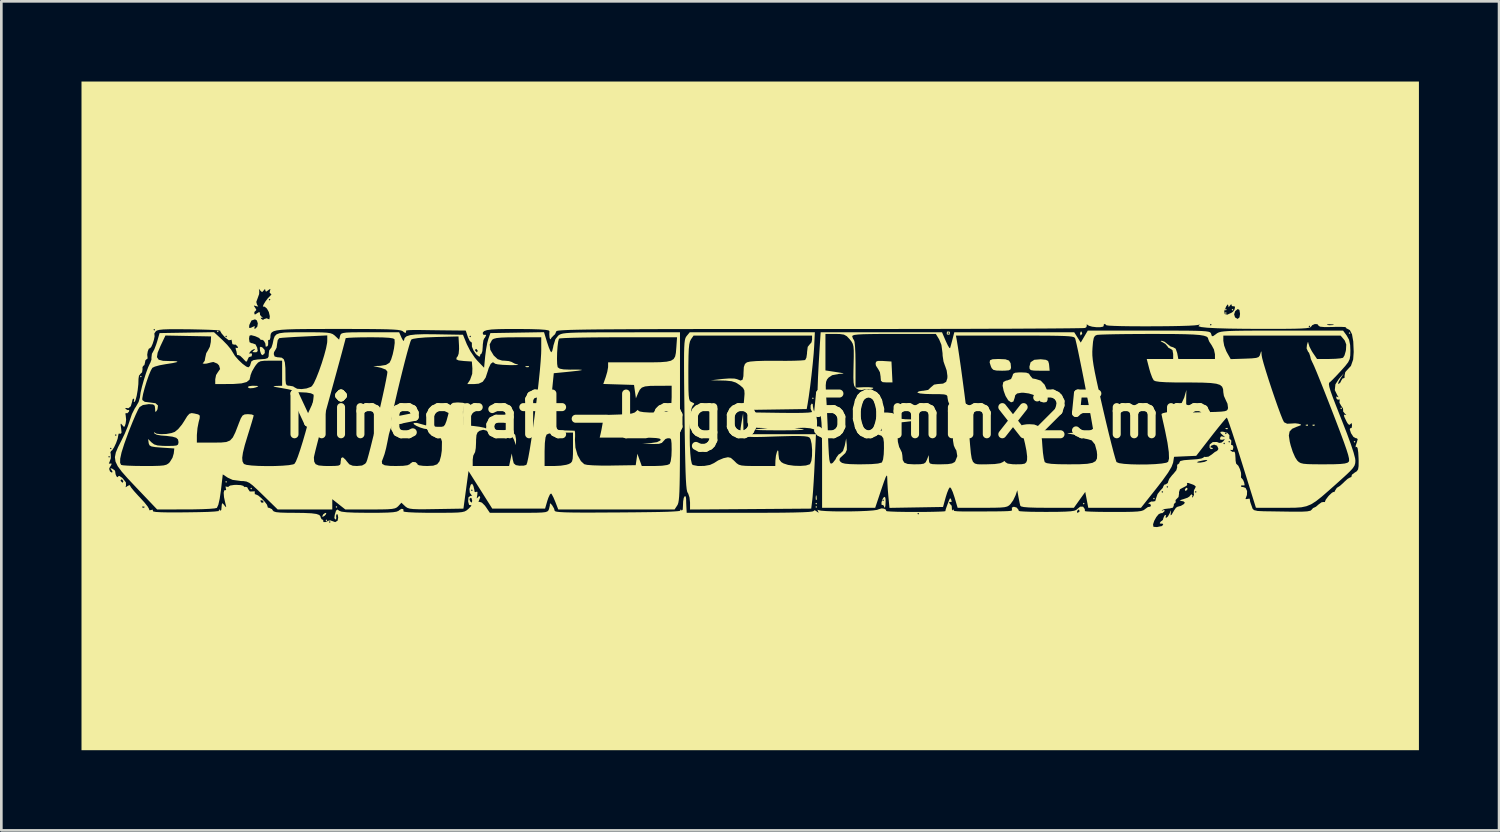
<source format=kicad_pcb>
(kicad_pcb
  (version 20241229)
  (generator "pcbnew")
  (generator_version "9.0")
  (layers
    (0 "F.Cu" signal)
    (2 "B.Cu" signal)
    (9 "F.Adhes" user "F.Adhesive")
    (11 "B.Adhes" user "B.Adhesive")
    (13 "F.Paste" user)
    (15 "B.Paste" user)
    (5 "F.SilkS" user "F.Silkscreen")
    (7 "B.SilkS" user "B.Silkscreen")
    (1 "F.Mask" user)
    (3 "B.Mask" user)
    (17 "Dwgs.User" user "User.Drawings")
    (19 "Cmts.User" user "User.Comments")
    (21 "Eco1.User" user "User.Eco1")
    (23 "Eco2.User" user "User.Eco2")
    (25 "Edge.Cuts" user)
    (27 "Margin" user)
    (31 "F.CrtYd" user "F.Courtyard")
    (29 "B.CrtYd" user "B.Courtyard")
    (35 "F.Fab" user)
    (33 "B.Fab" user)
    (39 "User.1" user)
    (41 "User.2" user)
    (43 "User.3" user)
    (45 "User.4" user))
  (footprint "Minecraft-Logo-50mmx25mm"
    (layer "F.Cu")
    (at 25.025 12.512)
    (property "Reference" "Minecraft-Logo-50mmx25mm" (at 0 0 0) (layer "F.SilkS") (effects (font (size 1.524 1.524) (thickness 0.3))))
    (attr board_only exclude_from_pos_files exclude_from_bom)
    (fp_poly (pts (xy -22.772 -1.47) (xy -22.804 -1.439) (xy -22.835 -1.47) (xy -22.804 -1.501)) (stroke (width 0) (type solid)) (fill yes) (layer "F.SilkS"))
    (fp_poly (pts (xy -19.895 -3.159) (xy -19.926 -3.128) (xy -19.957 -3.159) (xy -19.926 -3.191)) (stroke (width 0) (type solid)) (fill yes) (layer "F.SilkS"))
    (fp_poly (pts (xy -19.832 3.535) (xy -19.863 3.566) (xy -19.895 3.535) (xy -19.863 3.503)) (stroke (width 0) (type solid)) (fill yes) (layer "F.SilkS"))
    (fp_poly (pts (xy -19.582 2.471) (xy -19.613 2.502) (xy -19.644 2.471) (xy -19.613 2.44)) (stroke (width 0) (type solid)) (fill yes) (layer "F.SilkS"))
    (fp_poly (pts (xy -18.643 2.721) (xy -18.675 2.753) (xy -18.706 2.721) (xy -18.675 2.69)) (stroke (width 0) (type solid)) (fill yes) (layer "F.SilkS"))
    (fp_poly (pts (xy -15.828 3.91) (xy -15.859 3.941) (xy -15.891 3.91) (xy -15.859 3.879)) (stroke (width 0) (type solid)) (fill yes) (layer "F.SilkS"))
    (fp_poly (pts (xy -15.453 3.41) (xy -15.484 3.441) (xy -15.515 3.41) (xy -15.484 3.378)) (stroke (width 0) (type solid)) (fill yes) (layer "F.SilkS"))
    (fp_poly (pts (xy -2.565 3.535) (xy -2.596 3.566) (xy -2.628 3.535) (xy -2.596 3.503)) (stroke (width 0) (type solid)) (fill yes) (layer "F.SilkS"))
    (fp_poly (pts (xy 2.377 -0.657) (xy 2.346 -0.626) (xy 2.315 -0.657) (xy 2.346 -0.688)) (stroke (width 0) (type solid)) (fill yes) (layer "F.SilkS"))
    (fp_poly (pts (xy 2.502 3.284) (xy 2.471 3.316) (xy 2.44 3.284) (xy 2.471 3.253)) (stroke (width 0) (type solid)) (fill yes) (layer "F.SilkS"))
    (fp_poly (pts (xy 2.502 3.41) (xy 2.471 3.441) (xy 2.44 3.41) (xy 2.471 3.378)) (stroke (width 0) (type solid)) (fill yes) (layer "F.SilkS"))
    (fp_poly (pts (xy 7.633 3.535) (xy 7.601 3.566) (xy 7.57 3.535) (xy 7.601 3.503)) (stroke (width 0) (type solid)) (fill yes) (layer "F.SilkS"))
    (fp_poly (pts (xy 12.512 3.284) (xy 12.481 3.316) (xy 12.45 3.284) (xy 12.481 3.253)) (stroke (width 0) (type solid)) (fill yes) (layer "F.SilkS"))
    (fp_poly (pts (xy 15.14 3.097) (xy 15.109 3.128) (xy 15.077 3.097) (xy 15.109 3.066)) (stroke (width 0) (type solid)) (fill yes) (layer "F.SilkS"))
    (fp_poly (pts (xy 17.83 -3.973) (xy 17.799 -3.941) (xy 17.767 -3.973) (xy 17.799 -4.004)) (stroke (width 0) (type solid)) (fill yes) (layer "F.SilkS"))
    (fp_poly (pts (xy 17.83 -3.848) (xy 17.799 -3.816) (xy 17.767 -3.848) (xy 17.799 -3.879)) (stroke (width 0) (type solid)) (fill yes) (layer "F.SilkS"))
    (fp_poly (pts (xy 18.08 -3.973) (xy 18.049 -3.941) (xy 18.018 -3.973) (xy 18.049 -4.004)) (stroke (width 0) (type solid)) (fill yes) (layer "F.SilkS"))
    (fp_poly (pts (xy 22.147 -0.282) (xy 22.116 -0.25) (xy 22.084 -0.282) (xy 22.116 -0.313)) (stroke (width 0) (type solid)) (fill yes) (layer "F.SilkS"))
    (fp_poly (pts (xy 22.46 -3.097) (xy 22.428 -3.066) (xy 22.397 -3.097) (xy 22.428 -3.128)) (stroke (width 0) (type solid)) (fill yes) (layer "F.SilkS"))
    (fp_poly (pts (xy 22.647 0.97) (xy 22.616 1.001) (xy 22.585 0.97) (xy 22.616 0.938)) (stroke (width 0) (type solid)) (fill yes) (layer "F.SilkS"))
    (fp_poly (pts (xy -8.275 -1.852) (xy -8.294 -1.824) (xy -8.357 -1.819) (xy -8.424 -1.835) (xy -8.395 -1.857) (xy -8.297 -1.864)) (stroke (width 0) (type solid)) (fill yes) (layer "F.SilkS"))
    (fp_poly (pts (xy 2.481 2.987) (xy 2.49 3.115) (xy 2.481 3.144) (xy 2.458 3.152) (xy 2.45 3.066) (xy 2.46 2.977)) (stroke (width 0) (type solid)) (fill yes) (layer "F.SilkS"))
    (fp_poly (pts (xy 17.872 0.459) (xy 17.863 0.496) (xy 17.83 0.5) (xy 17.779 0.478) (xy 17.788 0.459) (xy 17.863 0.451)) (stroke (width 0) (type solid)) (fill yes) (layer "F.SilkS"))
    (fp_poly (pts (xy 20.875 0.334) (xy 20.866 0.371) (xy 20.833 0.375) (xy 20.782 0.352) (xy 20.791 0.334) (xy 20.866 0.326)) (stroke (width 0) (type solid)) (fill yes) (layer "F.SilkS"))
    (fp_poly (pts (xy 21.125 0.334) (xy 21.116 0.371) (xy 21.083 0.375) (xy 21.032 0.352) (xy 21.042 0.334) (xy 21.116 0.326)) (stroke (width 0) (type solid)) (fill yes) (layer "F.SilkS"))
    (fp_poly (pts (xy -15.862 3.638) (xy -15.883 3.692) (xy -15.928 3.741) (xy -15.999 3.78) (xy -16.016 3.76) (xy -15.978 3.685) (xy -15.904 3.633)) (stroke (width 0) (type solid)) (fill yes) (layer "F.SilkS"))
    (fp_poly (pts (xy 12.399 -3.152) (xy 12.424 -3.08) (xy 12.416 -3.061) (xy 12.364 -3.007) (xy 12.346 -3.071) (xy 12.345 -3.094) (xy 12.373 -3.157)) (stroke (width 0) (type solid)) (fill yes) (layer "F.SilkS"))
    (fp_poly (pts (xy 11.558 0.582) (xy 11.578 0.601) (xy 11.491 0.61) (xy 11.449 0.611) (xy 11.335 0.605) (xy 11.322 0.588) (xy 11.339 0.582) (xy 11.498 0.573)) (stroke (width 0) (type solid)) (fill yes) (layer "F.SilkS"))
    (fp_poly (pts (xy 16.37 2.728) (xy 16.36 2.753) (xy 16.304 2.812) (xy 16.294 2.815) (xy 16.267 2.767) (xy 16.266 2.753) (xy 16.314 2.693) (xy 16.332 2.69)) (stroke (width 0) (type solid)) (fill yes) (layer "F.SilkS"))
    (fp_poly (pts (xy -18.446 -1.12) (xy -18.41 -1.1) (xy -18.499 -1.065) (xy -18.593 -1.041) (xy -18.728 -1.031) (xy -18.8 -1.063) (xy -18.773 -1.106) (xy -18.643 -1.125) (xy -18.605 -1.126)) (stroke (width 0) (type solid)) (fill yes) (layer "F.SilkS"))
    (fp_poly (pts (xy -18.253 -2.557) (xy -18.169 -2.462) (xy -18.166 -2.348) (xy -18.244 -2.27) (xy -18.245 -2.27) (xy -18.302 -2.307) (xy -18.342 -2.428) (xy -18.343 -2.433) (xy -18.353 -2.558) (xy -18.318 -2.586)) (stroke (width 0) (type solid)) (fill yes) (layer "F.SilkS"))
    (fp_poly (pts (xy 7.459 -3.15) (xy 7.473 -3.133) (xy 7.467 -3.052) (xy 7.45 -3.038) (xy 7.368 -3.044) (xy 7.354 -3.06) (xy 7.357 -3.097) (xy 7.382 -3.097) (xy 7.414 -3.066) (xy 7.445 -3.097) (xy 7.414 -3.128) (xy 7.382 -3.097) (xy 7.357 -3.097) (xy 7.361 -3.142) (xy 7.377 -3.156)) (stroke (width 0) (type solid)) (fill yes) (layer "F.SilkS"))
    (fp_poly (pts (xy 10.897 -2.115) (xy 11.067 -2.096) (xy 11.149 -2.05) (xy 11.18 -1.95) (xy 11.187 -1.892) (xy 11.206 -1.689) (xy 10.827 -1.689) (xy 10.618 -1.693) (xy 10.504 -1.711) (xy 10.457 -1.755) (xy 10.448 -1.836) (xy 10.448 -1.838) (xy 10.492 -2.005) (xy 10.629 -2.097) (xy 10.864 -2.117)) (stroke (width 0) (type solid)) (fill yes) (layer "F.SilkS"))
    (fp_poly (pts (xy 4.989 -2.052) (xy 5.286 -2.033) (xy 5.305 -1.642) (xy 5.324 -1.251) (xy 5.102 -1.251) (xy 4.954 -1.261) (xy 4.892 -1.313) (xy 4.88 -1.445) (xy 4.88 -1.463) (xy 4.854 -1.631) (xy 4.79 -1.748) (xy 4.786 -1.752) (xy 4.706 -1.877) (xy 4.692 -1.95) (xy 4.708 -2.023) (xy 4.777 -2.055) (xy 4.931 -2.056)) (stroke (width 0) (type solid)) (fill yes) (layer "F.SilkS"))
    (fp_poly (pts (xy 9.549 -2.116) (xy 9.684 -2.069) (xy 9.745 -1.969) (xy 9.76 -1.809) (xy 9.743 -1.74) (xy 9.675 -1.703) (xy 9.524 -1.69) (xy 9.414 -1.689) (xy 9.212 -1.695) (xy 9.098 -1.722) (xy 9.036 -1.785) (xy 9.007 -1.85) (xy 8.96 -1.997) (xy 8.974 -2.08) (xy 9.068 -2.118) (xy 9.263 -2.127) (xy 9.315 -2.127)) (stroke (width 0) (type solid)) (fill yes) (layer "F.SilkS"))
    (fp_poly (pts (xy 5.064 3.106) (xy 5.067 3.209) (xy 5.06 3.359) (xy 5.042 3.438) (xy 5.036 3.441) (xy 5.006 3.392) (xy 5.005 3.375) (xy 4.97 3.334) (xy 4.953 3.34) (xy 4.914 3.327) (xy 4.912 3.243) (xy 4.936 3.159) (xy 4.942 3.159) (xy 4.974 3.191) (xy 5.005 3.159) (xy 4.974 3.128) (xy 4.942 3.159) (xy 4.936 3.159) (xy 4.942 3.135) (xy 4.993 3.052) (xy 5.043 3.03)) (stroke (width 0) (type solid)) (fill yes) (layer "F.SilkS"))
    (fp_poly (pts (xy 10.328 -1.617) (xy 10.431 -1.58) (xy 10.479 -1.502) (xy 10.479 -1.501) (xy 10.567 -1.399) (xy 10.69 -1.376) (xy 10.871 -1.319) (xy 11.018 -1.165) (xy 11.113 -0.945) (xy 11.136 -0.753) (xy 11.128 -0.591) (xy 11.088 -0.518) (xy 10.996 -0.501) (xy 10.98 -0.5) (xy 10.853 -0.534) (xy 10.823 -0.598) (xy 10.767 -0.69) (xy 10.623 -0.775) (xy 10.428 -0.838) (xy 10.22 -0.866) (xy 10.144 -0.864) (xy 9.989 -0.837) (xy 9.918 -0.772) (xy 9.896 -0.673) (xy 9.849 -0.536) (xy 9.762 -0.506) (xy 9.657 -0.579) (xy 9.556 -0.742) (xy 9.485 -0.935) (xy 9.448 -1.113) (xy 9.447 -1.142) (xy 9.473 -1.267) (xy 9.574 -1.319) (xy 9.619 -1.325) (xy 9.76 -1.377) (xy 9.811 -1.486) (xy 9.838 -1.571) (xy 9.911 -1.613) (xy 10.064 -1.626) (xy 10.135 -1.627)) (stroke (width 0) (type solid)) (fill yes) (layer "F.SilkS"))
    (fp_poly (pts (xy 2.34 -0.437) (xy 2.346 -0.357) (xy 2.373 -0.209) (xy 2.419 -0.137) (xy 2.47 -0.025) (xy 2.499 0.162) (xy 2.502 0.257) (xy 2.498 0.438) (xy 2.478 0.52) (xy 2.429 0.525) (xy 2.381 0.503) (xy 2.247 0.466) (xy 2.05 0.448) (xy 1.959 0.448) (xy 1.658 0.458) (xy 1.971 0.5) (xy 2.013 0.514) (xy 1.941 0.525) (xy 1.766 0.534) (xy 1.498 0.54) (xy 1.148 0.542) (xy 1.064 0.542) (xy 0.674 0.54) (xy 0.391 0.535) (xy 0.219 0.527) (xy 0.162 0.516) (xy 0.226 0.503) (xy 0.25 0.5) (xy 0.657 0.46) (xy 0.298 0.449) (xy 0.073 0.429) (xy -0.053 0.371) (xy -0.105 0.245) (xy -0.107 0.027) (xy -0.106 0.013) (xy -0.098 -0.13) (xy 1.137 -0.112) (xy 1.582 -0.108) (xy 1.928 -0.111) (xy 2.168 -0.121) (xy 2.295 -0.137) (xy 2.312 -0.153) (xy 2.26 -0.264) (xy 2.261 -0.393) (xy 2.304 -0.463)) (stroke (width 0) (type solid)) (fill yes) (layer "F.SilkS"))
    (fp_poly (pts (xy 2.394 -2.612) (xy 2.374 -2.318) (xy 2.339 -1.942) (xy 2.294 -1.524) (xy 2.244 -1.107) (xy 2.193 -0.731) (xy 2.15 -0.456) (xy 2.114 -0.255) (xy 0.924 -0.237) (xy -0.266 -0.219) (xy -0.229 -0.609) (xy -0.212 -0.824) (xy -0.221 -0.955) (xy -0.267 -1.043) (xy -0.364 -1.129) (xy -0.399 -1.156) (xy -0.54 -1.246) (xy -0.695 -1.296) (xy -0.909 -1.318) (xy -1.038 -1.322) (xy -1.47 -1.33) (xy -1.036 -1.381) (xy -0.78 -1.4) (xy -0.583 -1.394) (xy -0.493 -1.372) (xy -0.361 -1.32) (xy -0.286 -1.352) (xy -0.255 -1.483) (xy -0.25 -1.624) (xy -0.239 -1.826) (xy -0.197 -1.942) (xy -0.123 -2.003) (xy -0.003 -2.031) (xy 0.228 -2.05) (xy 0.558 -2.06) (xy 0.975 -2.06) (xy 0.996 -2.06) (xy 1.339 -2.058) (xy 1.64 -2.062) (xy 1.875 -2.071) (xy 2.022 -2.083) (xy 2.057 -2.091) (xy 2.102 -2.176) (xy 2.126 -2.334) (xy 2.127 -2.383) (xy 2.152 -2.581) (xy 2.221 -2.668) (xy 2.294 -2.751) (xy 2.315 -2.853) (xy 2.315 -3.003) (xy -2.12 -3.003) (xy -2.217 -2.864) (xy -2.254 -2.789) (xy -2.281 -2.673) (xy -2.299 -2.497) (xy -2.309 -2.244) (xy -2.314 -1.895) (xy -2.315 -1.642) (xy -2.314 -1.25) (xy -2.311 -0.965) (xy -2.302 -0.769) (xy -2.287 -0.643) (xy -2.263 -0.57) (xy -2.228 -0.531) (xy -2.184 -0.511) (xy -2.095 -0.465) (xy -2.117 -0.411) (xy -2.153 -0.38) (xy -2.194 -0.286) (xy -2.225 -0.097) (xy -2.248 0.163) (xy -2.261 0.468) (xy -2.264 0.793) (xy -2.259 1.113) (xy -2.243 1.403) (xy -2.219 1.637) (xy -2.185 1.791) (xy -2.153 1.839) (xy -1.958 1.877) (xy -1.724 1.875) (xy -1.505 1.836) (xy -1.353 1.766) (xy -1.349 1.763) (xy -1.2 1.668) (xy -1.009 1.588) (xy -0.99 1.582) (xy -0.832 1.548) (xy -0.725 1.573) (xy -0.608 1.675) (xy -0.587 1.696) (xy -0.506 1.776) (xy -0.427 1.828) (xy -0.322 1.858) (xy -0.164 1.872) (xy 0.076 1.877) (xy 0.262 1.877) (xy 0.938 1.877) (xy 0.943 1.674) (xy 0.963 1.488) (xy 1.001 1.345) (xy 1.036 1.286) (xy 1.053 1.33) (xy 1.059 1.453) (xy 1.082 1.625) (xy 1.162 1.73) (xy 1.248 1.781) (xy 1.416 1.836) (xy 1.64 1.867) (xy 1.877 1.874) (xy 2.085 1.858) (xy 2.222 1.815) (xy 2.24 1.802) (xy 2.288 1.688) (xy 2.313 1.497) (xy 2.316 1.27) (xy 2.298 1.05) (xy 2.259 0.879) (xy 2.218 0.811) (xy 2.154 0.782) (xy 2.033 0.764) (xy 1.839 0.755) (xy 1.558 0.755) (xy 1.175 0.765) (xy 0.943 0.772) (xy 0.497 0.787) (xy 0.161 0.793) (xy -0.078 0.784) (xy -0.236 0.754) (xy -0.326 0.697) (xy -0.363 0.609) (xy -0.362 0.483) (xy -0.336 0.313) (xy -0.328 0.266) (xy -0.266 -0.094) (xy -0.258 0.297) (xy -0.25 0.688) (xy 2.46 0.688) (xy 2.413 1.736) (xy 2.395 2.116) (xy 2.374 2.479) (xy 2.353 2.796) (xy 2.334 3.036) (xy 2.325 3.128) (xy 2.283 3.472) (xy 0.016 3.489) (xy -2.252 3.505) (xy -2.252 3.243) (xy -2.272 3.054) (xy -2.321 2.907) (xy -2.338 2.883) (xy -2.359 2.836) (xy -2.378 2.742) (xy -2.394 2.591) (xy -2.408 2.373) (xy -2.42 2.079) (xy -2.43 1.698) (xy -2.44 1.222) (xy -2.45 0.639) (xy -2.459 -0.031) (xy -2.467 -0.7) (xy -2.473 -1.254) (xy -2.476 -1.706) (xy -2.477 -2.067) (xy -2.475 -2.348) (xy -2.469 -2.56) (xy -2.46 -2.715) (xy -2.446 -2.824) (xy -2.428 -2.898) (xy -2.406 -2.949) (xy -2.379 -2.987) (xy -2.263 -3.128) (xy 2.419 -3.128)) (stroke (width 0) (type solid)) (fill yes) (layer "F.SilkS"))
    (fp_poly (pts (xy 15.52 -3.19) (xy 16.003 -3.189) (xy 16.385 -3.187) (xy 16.677 -3.182) (xy 16.893 -3.175) (xy 17.045 -3.164) (xy 17.144 -3.149) (xy 17.202 -3.13) (xy 17.233 -3.105) (xy 17.247 -3.074) (xy 17.249 -3.067) (xy 17.276 -2.985) (xy 17.322 -2.982) (xy 17.425 -3.055) (xy 17.439 -3.067) (xy 17.485 -3.099) (xy 17.541 -3.125) (xy 17.62 -3.146) (xy 17.735 -3.161) (xy 17.899 -3.173) (xy 18.124 -3.181) (xy 18.422 -3.186) (xy 18.808 -3.189) (xy 19.293 -3.19) (xy 19.89 -3.191) (xy 22.186 -3.191) (xy 22.323 -3.005) (xy 22.41 -2.848) (xy 22.451 -2.652) (xy 22.46 -2.446) (xy 22.456 -2.261) (xy 22.434 -2.126) (xy 22.377 -2.006) (xy 22.268 -1.865) (xy 22.1 -1.677) (xy 21.931 -1.495) (xy 21.792 -1.352) (xy 21.707 -1.271) (xy 21.693 -1.262) (xy 21.664 -1.235) (xy 21.656 -1.18) (xy 21.672 -1.083) (xy 21.717 -0.931) (xy 21.796 -0.709) (xy 21.913 -0.404) (xy 22.071 -0.002) (xy 22.147 0.188) (xy 22.331 0.661) (xy 22.477 1.06) (xy 22.58 1.373) (xy 22.637 1.591) (xy 22.647 1.675) (xy 22.641 1.772) (xy 22.614 1.862) (xy 22.55 1.96) (xy 22.436 2.085) (xy 22.256 2.255) (xy 21.998 2.488) (xy 21.981 2.503) (xy 21.645 2.802) (xy 21.382 3.03) (xy 21.171 3.196) (xy 20.989 3.311) (xy 20.815 3.382) (xy 20.626 3.422) (xy 20.4 3.438) (xy 20.116 3.441) (xy 19.87 3.441) (xy 18.925 3.44) (xy 18.399 1.751) (xy 18.262 1.316) (xy 18.136 0.922) (xy 18.026 0.586) (xy 17.936 0.321) (xy 17.872 0.143) (xy 17.838 0.067) (xy 17.836 0.065) (xy 17.786 0.113) (xy 17.676 0.243) (xy 17.518 0.436) (xy 17.327 0.676) (xy 17.245 0.782) (xy 16.691 1.496) (xy 16.276 1.514) (xy 15.861 1.533) (xy 15.826 1.752) (xy 15.769 1.905) (xy 15.637 2.128) (xy 15.423 2.427) (xy 15.207 2.706) (xy 14.624 3.441) (xy 12.651 3.441) (xy 12.595 3.144) (xy 12.538 2.847) (xy 12.325 3.144) (xy 12.113 3.441) (xy 11.122 3.441) (xy 10.72 3.438) (xy 10.431 3.429) (xy 10.241 3.413) (xy 10.137 3.389) (xy 10.107 3.363) (xy 10.081 3.254) (xy 10.047 3.081) (xy 10.038 3.034) (xy 9.994 2.784) (xy 9.931 2.972) (xy 9.842 3.159) (xy 9.741 3.3) (xy 9.684 3.355) (xy 9.617 3.393) (xy 9.518 3.418) (xy 9.364 3.432) (xy 9.135 3.439) (xy 8.808 3.441) (xy 8.687 3.441) (xy 7.762 3.441) (xy 7.647 3.05) (xy 7.58 2.852) (xy 7.518 2.716) (xy 7.474 2.671) (xy 7.429 2.733) (xy 7.368 2.881) (xy 7.316 3.046) (xy 7.216 3.41) (xy 5.211 3.444) (xy 5.171 3.02) (xy 5.149 2.757) (xy 5.134 2.503) (xy 5.129 2.346) (xy 5.124 2.253) (xy 5.106 2.233) (xy 5.069 2.298) (xy 5.008 2.459) (xy 4.916 2.727) (xy 4.902 2.768) (xy 4.677 3.441) (xy 2.69 3.441) (xy 2.69 1.749) (xy 2.689 1.225) (xy 2.685 0.812) (xy 2.678 0.494) (xy 2.667 0.257) (xy 2.651 0.087) (xy 2.629 -0.033) (xy 2.601 -0.116) (xy 2.593 -0.132) (xy 2.556 -0.244) (xy 2.532 -0.42) (xy 2.521 -0.671) (xy 2.522 -1.007) (xy 2.537 -1.437) (xy 2.55 -1.7) (xy 2.815 -1.7) (xy 3.206 -1.64) (xy 3.407 -1.608) (xy 3.492 -1.589) (xy 3.469 -1.578) (xy 3.347 -1.572) (xy 3.331 -1.572) (xy 3.068 -1.521) (xy 2.936 -1.435) (xy 2.875 -1.362) (xy 2.84 -1.275) (xy 2.826 -1.144) (xy 2.831 -0.94) (xy 2.842 -0.731) (xy 2.859 -0.445) (xy 2.877 -0.079) (xy 2.895 0.322) (xy 2.91 0.713) (xy 2.912 0.751) (xy 2.927 1.149) (xy 2.943 1.436) (xy 2.96 1.629) (xy 2.983 1.74) (xy 3.013 1.787) (xy 3.054 1.782) (xy 3.095 1.753) (xy 3.193 1.628) (xy 3.223 1.562) (xy 3.309 1.445) (xy 3.374 1.409) (xy 3.472 1.315) (xy 3.539 1.111) (xy 3.539 1.109) (xy 3.591 0.845) (xy 3.614 1.094) (xy 3.616 1.273) (xy 3.561 1.392) (xy 3.466 1.481) (xy 3.356 1.582) (xy 3.338 1.657) (xy 3.375 1.716) (xy 3.437 1.761) (xy 3.55 1.79) (xy 3.735 1.807) (xy 4.014 1.814) (xy 4.155 1.814) (xy 4.527 1.807) (xy 4.782 1.785) (xy 4.917 1.749) (xy 4.93 1.739) (xy 4.971 1.635) (xy 4.997 1.437) (xy 5.005 1.214) (xy 5.002 0.985) (xy 4.979 0.835) (xy 4.914 0.746) (xy 4.784 0.702) (xy 4.569 0.684) (xy 4.327 0.678) (xy 4.134 0.671) (xy 4.032 0.662) (xy 4.035 0.651) (xy 4.067 0.647) (xy 4.265 0.627) (xy 4.508 0.601) (xy 4.603 0.591) (xy 4.921 0.557) (xy 4.893 0.216) (xy 4.864 -0.125) (xy 5.122 -0.125) (xy 5.32 -0.104) (xy 5.436 -0.03) (xy 5.457 0) (xy 5.52 0.068) (xy 5.624 0.108) (xy 5.8 0.127) (xy 5.974 0.132) (xy 6.195 0.138) (xy 6.3 0.148) (xy 6.286 0.164) (xy 6.151 0.186) (xy 5.894 0.216) (xy 5.865 0.22) (xy 5.505 0.259) (xy 5.507 0.677) (xy 5.526 0.972) (xy 5.575 1.17) (xy 5.601 1.216) (xy 5.675 1.371) (xy 5.693 1.477) (xy 5.707 1.651) (xy 5.765 1.752) (xy 5.893 1.801) (xy 6.116 1.814) (xy 6.157 1.814) (xy 6.372 1.81) (xy 6.497 1.789) (xy 6.565 1.739) (xy 6.612 1.645) (xy 6.613 1.642) (xy 6.681 1.47) (xy 6.687 1.642) (xy 6.696 1.731) (xy 6.73 1.783) (xy 6.819 1.807) (xy 6.989 1.814) (xy 7.141 1.814) (xy 7.394 1.807) (xy 7.552 1.782) (xy 7.645 1.733) (xy 7.671 1.705) (xy 7.75 1.507) (xy 7.715 1.298) (xy 7.666 1.216) (xy 7.619 1.108) (xy 7.588 0.922) (xy 7.573 0.638) (xy 7.57 0.438) (xy 7.558 0.055) (xy 7.528 -0.213) (xy 7.478 -0.372) (xy 7.476 -0.375) (xy 7.408 -0.543) (xy 7.384 -0.673) (xy 7.377 -0.739) (xy 7.34 -0.781) (xy 7.251 -0.803) (xy 7.085 -0.812) (xy 6.819 -0.813) (xy 6.549 -0.82) (xy 6.357 -0.838) (xy 6.262 -0.866) (xy 6.256 -0.876) (xy 6.311 -0.917) (xy 6.446 -0.938) (xy 6.473 -0.938) (xy 6.659 -0.97) (xy 6.757 -1.064) (xy 6.88 -1.168) (xy 7.004 -1.189) (xy 7.217 -1.206) (xy 7.333 -1.273) (xy 7.377 -1.409) (xy 7.38 -1.493) (xy 7.353 -1.695) (xy 7.292 -1.871) (xy 7.288 -1.877) (xy 7.234 -2.033) (xy 7.201 -2.248) (xy 7.197 -2.346) (xy 7.155 -2.657) (xy 7.07 -2.862) (xy 6.946 -3.066) (xy 5.381 -3.066) (xy 4.89 -3.065) (xy 4.511 -3.061) (xy 4.229 -3.055) (xy 4.033 -3.044) (xy 3.907 -3.029) (xy 3.84 -3.008) (xy 3.817 -2.981) (xy 3.816 -2.975) (xy 3.854 -2.869) (xy 3.879 -2.847) (xy 3.904 -2.77) (xy 3.923 -2.587) (xy 3.936 -2.316) (xy 3.941 -1.974) (xy 3.941 -1.933) (xy 3.941 -1.057) (xy 4.253 -1.072) (xy 4.442 -1.072) (xy 4.574 -1.057) (xy 4.608 -1.043) (xy 4.585 -1.014) (xy 4.471 -1.001) (xy 4.457 -1.001) (xy 4.291 -0.991) (xy 4.179 -0.968) (xy 4.067 -0.977) (xy 3.972 -1.025) (xy 3.92 -1.073) (xy 3.887 -1.141) (xy 3.868 -1.253) (xy 3.861 -1.433) (xy 3.864 -1.702) (xy 3.868 -1.893) (xy 3.875 -2.217) (xy 3.875 -2.443) (xy 3.863 -2.595) (xy 3.835 -2.7) (xy 3.789 -2.783) (xy 3.721 -2.868) (xy 3.615 -2.98) (xy 3.508 -3.04) (xy 3.356 -3.062) (xy 3.185 -3.066) (xy 2.815 -3.066) (xy 2.815 -1.7) (xy 2.55 -1.7) (xy 2.564 -1.973) (xy 2.599 -2.549) (xy 2.636 -3.128) (xy 7.178 -3.128) (xy 7.318 -2.8) (xy 7.396 -2.635) (xy 7.455 -2.54) (xy 7.48 -2.534) (xy 7.507 -2.629) (xy 7.551 -2.794) (xy 7.569 -2.862) (xy 7.605 -3.003) (xy 7.698 -3.003) (xy 7.73 -2.831) (xy 7.772 -2.576) (xy 7.825 -2.224) (xy 7.886 -1.801) (xy 7.949 -1.335) (xy 8.013 -0.853) (xy 8.073 -0.383) (xy 8.126 0.05) (xy 8.168 0.418) (xy 8.196 0.694) (xy 8.198 0.719) (xy 8.23 1.113) (xy 8.257 1.4) (xy 8.289 1.596) (xy 8.335 1.719) (xy 8.407 1.785) (xy 8.513 1.812) (xy 8.665 1.816) (xy 8.845 1.814) (xy 9.147 1.804) (xy 9.354 1.774) (xy 9.442 1.736) (xy 9.516 1.689) (xy 9.554 1.736) (xy 9.636 1.786) (xy 9.831 1.812) (xy 9.951 1.814) (xy 10.159 1.81) (xy 10.275 1.788) (xy 10.332 1.736) (xy 10.36 1.656) (xy 10.363 1.522) (xy 10.337 1.305) (xy 10.285 1.045) (xy 10.267 0.97) (xy 10.207 0.724) (xy 10.162 0.523) (xy 10.137 0.398) (xy 10.135 0.378) (xy 10.191 0.34) (xy 10.336 0.317) (xy 10.446 0.313) (xy 10.627 0.324) (xy 10.754 0.372) (xy 10.837 0.475) (xy 10.888 0.654) (xy 10.92 0.928) (xy 10.933 1.12) (xy 10.954 1.374) (xy 10.984 1.584) (xy 11.016 1.715) (xy 11.027 1.736) (xy 11.101 1.771) (xy 11.267 1.796) (xy 11.534 1.81) (xy 11.915 1.814) (xy 11.936 1.814) (xy 12.331 1.811) (xy 12.616 1.795) (xy 12.808 1.759) (xy 12.923 1.696) (xy 12.976 1.598) (xy 12.983 1.457) (xy 12.969 1.322) (xy 12.9 1.068) (xy 12.778 0.918) (xy 12.647 0.878) (xy 12.535 0.852) (xy 12.378 0.791) (xy 12.365 0.785) (xy 12.155 0.712) (xy 11.949 0.67) (xy 11.866 0.655) (xy 11.908 0.644) (xy 12.073 0.636) (xy 12.086 0.636) (xy 12.287 0.64) (xy 12.432 0.663) (xy 12.481 0.688) (xy 12.571 0.738) (xy 12.709 0.748) (xy 12.827 0.718) (xy 12.853 0.694) (xy 12.848 0.624) (xy 12.822 0.451) (xy 12.777 0.193) (xy 12.719 -0.132) (xy 12.65 -0.504) (xy 12.573 -0.904) (xy 12.494 -1.314) (xy 12.415 -1.715) (xy 12.339 -2.088) (xy 12.274 -2.404) (xy 12.802 -2.404) (xy 12.804 -2.26) (xy 12.819 -2.095) (xy 12.848 -1.895) (xy 12.894 -1.642) (xy 12.961 -1.321) (xy 13.051 -0.916) (xy 13.166 -0.41) (xy 13.209 -0.223) (xy 13.319 0.246) (xy 13.423 0.677) (xy 13.518 1.055) (xy 13.598 1.364) (xy 13.661 1.589) (xy 13.701 1.714) (xy 13.711 1.732) (xy 13.804 1.77) (xy 13.993 1.797) (xy 14.251 1.814) (xy 14.548 1.821) (xy 14.857 1.819) (xy 15.149 1.807) (xy 15.397 1.785) (xy 15.571 1.755) (xy 15.639 1.722) (xy 15.673 1.598) (xy 15.665 1.359) (xy 15.616 1.009) (xy 15.525 0.553) (xy 15.479 0.344) (xy 15.433 0.141) (xy 15.401 -0.011) (xy 15.391 -0.07) (xy 15.446 -0.101) (xy 15.585 -0.133) (xy 15.65 -0.143) (xy 15.918 -0.228) (xy 16.112 -0.404) (xy 16.241 -0.682) (xy 16.248 -0.705) (xy 16.323 -0.97) (xy 16.317 -0.751) (xy 16.315 -0.528) (xy 16.319 -0.327) (xy 16.329 -0.121) (xy 17.095 -0.139) (xy 17.416 -0.147) (xy 17.632 -0.158) (xy 17.766 -0.175) (xy 17.838 -0.203) (xy 17.87 -0.246) (xy 17.881 -0.296) (xy 17.861 -0.453) (xy 17.803 -0.576) (xy 17.727 -0.746) (xy 17.705 -0.88) (xy 17.696 -1.001) (xy 17.659 -1.092) (xy 17.58 -1.158) (xy 17.442 -1.202) (xy 17.23 -1.229) (xy 16.931 -1.243) (xy 16.527 -1.248) (xy 16.329 -1.248) (xy 15.885 -1.25) (xy 15.554 -1.258) (xy 15.322 -1.273) (xy 15.176 -1.295) (xy 15.105 -1.325) (xy 15.102 -1.327) (xy 15.045 -1.429) (xy 14.978 -1.609) (xy 14.932 -1.767) (xy 14.839 -2.127) (xy 15.828 -2.127) (xy 15.828 -2.315) (xy 15.802 -2.46) (xy 15.741 -2.502) (xy 15.645 -2.553) (xy 15.617 -2.598) (xy 15.534 -2.695) (xy 15.438 -2.75) (xy 15.359 -2.794) (xy 15.396 -2.811) (xy 15.51 -2.771) (xy 15.609 -2.69) (xy 15.733 -2.595) (xy 15.831 -2.565) (xy 15.923 -2.512) (xy 15.98 -2.347) (xy 15.98 -2.346) (xy 16.021 -2.127) (xy 17.392 -2.127) (xy 17.392 -2.306) (xy 17.353 -2.486) (xy 17.267 -2.645) (xy 17.18 -2.775) (xy 17.166 -2.808) (xy 17.705 -2.808) (xy 17.736 -2.629) (xy 17.814 -2.423) (xy 17.843 -2.368) (xy 17.981 -2.123) (xy 18.513 -2.14) (xy 18.772 -2.151) (xy 18.932 -2.168) (xy 19.021 -2.198) (xy 19.066 -2.251) (xy 19.088 -2.315) (xy 19.118 -2.411) (xy 19.131 -2.397) (xy 19.138 -2.273) (xy 19.16 -2.156) (xy 19.216 -1.948) (xy 19.3 -1.67) (xy 19.402 -1.347) (xy 19.516 -1.001) (xy 19.633 -0.657) (xy 19.745 -0.338) (xy 19.845 -0.067) (xy 19.925 0.133) (xy 19.977 0.237) (xy 19.979 0.24) (xy 20.093 0.295) (xy 20.21 0.29) (xy 20.397 0.279) (xy 20.524 0.296) (xy 20.612 0.324) (xy 20.603 0.352) (xy 20.487 0.397) (xy 20.46 0.406) (xy 20.283 0.483) (xy 20.185 0.586) (xy 20.157 0.738) (xy 20.191 0.968) (xy 20.226 1.108) (xy 20.302 1.345) (xy 20.392 1.55) (xy 20.47 1.671) (xy 20.531 1.729) (xy 20.603 1.768) (xy 20.707 1.793) (xy 20.868 1.807) (xy 21.107 1.813) (xy 21.448 1.814) (xy 21.462 1.814) (xy 21.823 1.812) (xy 22.079 1.802) (xy 22.248 1.784) (xy 22.349 1.756) (xy 22.397 1.721) (xy 22.413 1.675) (xy 22.407 1.591) (xy 22.376 1.458) (xy 22.315 1.263) (xy 22.221 0.994) (xy 22.09 0.639) (xy 21.918 0.187) (xy 21.804 -0.109) (xy 21.63 -0.555) (xy 21.468 -0.967) (xy 21.322 -1.331) (xy 21.201 -1.63) (xy 21.109 -1.848) (xy 21.053 -1.97) (xy 21.045 -1.984) (xy 20.978 -2.13) (xy 20.958 -2.227) (xy 20.913 -2.358) (xy 20.875 -2.402) (xy 20.821 -2.525) (xy 20.836 -2.659) (xy 20.868 -2.763) (xy 20.886 -2.744) (xy 20.888 -2.72) (xy 20.927 -2.592) (xy 21.015 -2.422) (xy 21.054 -2.361) (xy 21.213 -2.127) (xy 21.664 -2.128) (xy 21.896 -2.135) (xy 22.082 -2.151) (xy 22.183 -2.173) (xy 22.186 -2.175) (xy 22.24 -2.262) (xy 22.286 -2.421) (xy 22.295 -2.471) (xy 22.305 -2.67) (xy 22.252 -2.813) (xy 22.215 -2.862) (xy 22.095 -3.003) (xy 17.705 -3.003) (xy 17.705 -2.808) (xy 17.166 -2.808) (xy 17.142 -2.868) (xy 17.142 -2.87) (xy 17.128 -2.923) (xy 17.077 -2.966) (xy 16.979 -2.999) (xy 16.821 -3.025) (xy 16.591 -3.043) (xy 16.278 -3.055) (xy 15.871 -3.062) (xy 15.357 -3.064) (xy 15.003 -3.065) (xy 14.523 -3.063) (xy 14.078 -3.06) (xy 13.686 -3.055) (xy 13.364 -3.048) (xy 13.127 -3.04) (xy 12.993 -3.031) (xy 12.974 -3.028) (xy 12.903 -2.994) (xy 12.858 -2.919) (xy 12.829 -2.774) (xy 12.809 -2.544) (xy 12.802 -2.404) (xy 12.274 -2.404) (xy 12.272 -2.414) (xy 12.215 -2.675) (xy 12.173 -2.852) (xy 12.161 -2.893) (xy 12.145 -2.922) (xy 12.108 -2.946) (xy 12.038 -2.964) (xy 11.923 -2.978) (xy 11.75 -2.988) (xy 11.507 -2.995) (xy 11.183 -3) (xy 10.764 -3.002) (xy 10.238 -3.003) (xy 9.913 -3.003) (xy 7.698 -3.003) (xy 7.605 -3.003) (xy 7.637 -3.128) (xy 12.125 -3.128) (xy 12.247 -2.935) (xy 12.369 -2.742) (xy 12.501 -2.967) (xy 12.633 -3.191) (xy 14.925 -3.191)) (stroke (width 0) (type solid)) (fill yes) (layer "F.SilkS"))
    (fp_poly (pts (xy -19.746 -2.834) (xy -19.573 -2.658) (xy -19.435 -2.491) (xy -19.363 -2.373) (xy -19.284 -2.244) (xy -19.151 -2.092) (xy -18.999 -1.948) (xy -18.86 -1.845) (xy -18.78 -1.814) (xy -18.721 -1.868) (xy -18.695 -1.955) (xy -18.667 -2.039) (xy -18.592 -2.085) (xy -18.438 -2.109) (xy -18.346 -2.115) (xy -18.155 -2.13) (xy -18.058 -2.16) (xy -18.022 -2.224) (xy -18.018 -2.311) (xy -17.83 -2.311) (xy -17.797 -2.22) (xy -17.68 -2.19) (xy -17.649 -2.19) (xy -17.532 -2.176) (xy -17.456 -2.119) (xy -17.414 -1.997) (xy -17.395 -1.79) (xy -17.392 -1.559) (xy -17.39 -1.332) (xy -17.376 -1.202) (xy -17.341 -1.143) (xy -17.275 -1.127) (xy -17.239 -1.126) (xy -17.107 -1.103) (xy -17.048 -1.064) (xy -16.953 -1.013) (xy -16.789 -1.002) (xy -16.605 -1.025) (xy -16.448 -1.081) (xy -16.404 -1.11) (xy -16.332 -1.217) (xy -16.24 -1.416) (xy -16.137 -1.676) (xy -16.035 -1.968) (xy -15.944 -2.261) (xy -15.873 -2.526) (xy -15.833 -2.733) (xy -15.828 -2.803) (xy -15.828 -3.01) (xy -16.688 -2.97) (xy -17.008 -2.954) (xy -17.286 -2.937) (xy -17.497 -2.922) (xy -17.614 -2.909) (xy -17.627 -2.906) (xy -17.682 -2.833) (xy -17.705 -2.696) (xy -17.724 -2.551) (xy -17.767 -2.471) (xy -17.82 -2.383) (xy -17.83 -2.311) (xy -18.018 -2.311) (xy -18.018 -2.318) (xy -18.001 -2.448) (xy -17.962 -2.502) (xy -17.916 -2.557) (xy -17.872 -2.694) (xy -17.863 -2.737) (xy -17.834 -2.877) (xy -17.794 -2.979) (xy -17.727 -3.049) (xy -17.612 -3.092) (xy -17.433 -3.116) (xy -17.17 -3.126) (xy -16.805 -3.128) (xy -16.685 -3.128) (xy -16.307 -3.127) (xy -16.033 -3.123) (xy -15.843 -3.112) (xy -15.716 -3.093) (xy -15.63 -3.063) (xy -15.565 -3.019) (xy -15.533 -2.99) (xy -15.385 -2.851) (xy -15.349 -2.99) (xy -15.332 -3.04) (xy -15.299 -3.076) (xy -15.233 -3.1) (xy -15.114 -3.116) (xy -14.926 -3.124) (xy -14.65 -3.127) (xy -14.269 -3.128) (xy -14.226 -3.128) (xy -13.138 -3.128) (xy -13.049 -2.925) (xy -12.99 -2.816) (xy -12.958 -2.81) (xy -12.955 -2.829) (xy -12.932 -2.914) (xy -12.861 -2.977) (xy -12.728 -3.02) (xy -12.518 -3.045) (xy -12.215 -3.055) (xy -11.805 -3.053) (xy -11.726 -3.051) (xy -10.749 -3.034) (xy -10.604 -2.678) (xy -10.476 -2.427) (xy -10.308 -2.178) (xy -10.209 -2.061) (xy -9.959 -1.801) (xy -9.918 -2.23) (xy -9.885 -2.487) (xy -9.841 -2.728) (xy -9.8 -2.878) (xy -9.723 -3.097) (xy -8.72 -3.114) (xy -7.716 -3.131) (xy -7.602 -2.754) (xy -7.536 -2.559) (xy -7.478 -2.423) (xy -7.443 -2.377) (xy -7.408 -2.433) (xy -7.374 -2.571) (xy -7.365 -2.628) (xy -7.291 -2.867) (xy -7.185 -3.002) (xy -7.14 -3.034) (xy -7.084 -3.06) (xy -7.003 -3.081) (xy -6.885 -3.096) (xy -6.716 -3.108) (xy -6.483 -3.116) (xy -6.174 -3.121) (xy -5.775 -3.124) (xy -5.273 -3.125) (xy -4.833 -3.126) (xy -2.628 -3.128) (xy -2.628 0.033) (xy -2.628 0.752) (xy -2.629 1.356) (xy -2.632 1.856) (xy -2.636 2.262) (xy -2.642 2.584) (xy -2.65 2.834) (xy -2.66 3.022) (xy -2.674 3.157) (xy -2.69 3.251) (xy -2.71 3.314) (xy -2.729 3.349) (xy -2.83 3.503) (xy -7.184 3.503) (xy -7.293 3.22) (xy -7.366 3.048) (xy -7.429 2.93) (xy -7.452 2.905) (xy -7.496 2.941) (xy -7.554 3.066) (xy -7.59 3.173) (xy -7.677 3.472) (xy -9.653 3.472) (xy -10.097 2.769) (xy -10.542 2.066) (xy -10.732 3.472) (xy -11.757 3.489) (xy -12.14 3.495) (xy -12.418 3.495) (xy -12.611 3.488) (xy -12.741 3.472) (xy -12.827 3.445) (xy -12.889 3.405) (xy -12.918 3.379) (xy -13.054 3.251) (xy -13.168 3.377) (xy -13.222 3.426) (xy -13.294 3.461) (xy -13.405 3.483) (xy -13.576 3.496) (xy -13.828 3.502) (xy -14.183 3.503) (xy -14.218 3.503) (xy -15.153 3.503) (xy -15.397 3.311) (xy -15.64 3.118) (xy -15.64 3.503) (xy -17.684 3.503) (xy -18.228 2.972) (xy -18.459 2.748) (xy -18.624 2.598) (xy -18.747 2.506) (xy -18.851 2.459) (xy -18.959 2.442) (xy -19.067 2.439) (xy -19.369 2.397) (xy -19.55 2.315) (xy -19.738 2.191) (xy -19.808 2.792) (xy -19.854 3.106) (xy -19.904 3.326) (xy -19.956 3.439) (xy -19.965 3.447) (xy -20.053 3.465) (xy -20.245 3.481) (xy -20.516 3.493) (xy -20.846 3.5) (xy -21.123 3.502) (xy -22.195 3.503) (xy -22.983 2.675) (xy -23.29 2.348) (xy -23.517 2.091) (xy -23.669 1.886) (xy -23.731 1.758) (xy -23.58 1.758) (xy -23.544 1.835) (xy -23.469 1.851) (xy -23.294 1.864) (xy -23.043 1.873) (xy -22.741 1.877) (xy -22.679 1.877) (xy -22.342 1.876) (xy -22.106 1.869) (xy -21.949 1.855) (xy -21.847 1.828) (xy -21.777 1.786) (xy -21.724 1.736) (xy -21.62 1.569) (xy -21.573 1.408) (xy -21.552 1.22) (xy -22.022 1.189) (xy -22.262 1.17) (xy -22.405 1.145) (xy -22.477 1.106) (xy -22.506 1.042) (xy -22.512 1.012) (xy -22.532 0.866) (xy -22.402 0.996) (xy -22.307 1.068) (xy -22.178 1.108) (xy -21.98 1.124) (xy -21.834 1.126) (xy -21.605 1.124) (xy -21.474 1.11) (xy -21.414 1.076) (xy -21.397 1.012) (xy -21.396 0.973) (xy -21.414 0.883) (xy -21.482 0.821) (xy -21.621 0.779) (xy -21.851 0.75) (xy -22.048 0.736) (xy -22.211 0.707) (xy -22.303 0.654) (xy -22.309 0.64) (xy -22.306 0.603) (xy -22.293 0.624) (xy -22.21 0.669) (xy -22.048 0.686) (xy -21.849 0.678) (xy -21.657 0.644) (xy -21.534 0.6) (xy -21.409 0.498) (xy -21.267 0.327) (xy -21.179 0.192) (xy -21.069 0.013) (xy -20.988 -0.077) (xy -20.905 -0.103) (xy -20.803 -0.088) (xy -20.657 -0.054) (xy -20.598 -0.007) (xy -20.603 0.09) (xy -20.64 0.229) (xy -20.685 0.458) (xy -20.707 0.705) (xy -20.708 0.735) (xy -20.708 1.001) (xy -20.096 1.001) (xy -19.806 0.999) (xy -19.605 0.979) (xy -19.465 0.922) (xy -19.362 0.809) (xy -19.269 0.621) (xy -19.159 0.338) (xy -19.143 0.294) (xy -19.064 0.096) (xy -18.999 -0.01) (xy -18.92 -0.054) (xy -18.799 -0.063) (xy -18.795 -0.063) (xy -18.653 -0.051) (xy -18.583 -0.021) (xy -18.582 -0.016) (xy -18.6 0.059) (xy -18.649 0.228) (xy -18.721 0.464) (xy -18.8 0.719) (xy -18.914 1.095) (xy -18.983 1.373) (xy -19.011 1.569) (xy -19 1.704) (xy -18.952 1.793) (xy -18.944 1.802) (xy -18.848 1.835) (xy -18.657 1.859) (xy -18.399 1.874) (xy -18.102 1.88) (xy -17.795 1.878) (xy -17.507 1.866) (xy -17.268 1.846) (xy -17.104 1.817) (xy -17.057 1.797) (xy -17.003 1.711) (xy -16.942 1.561) (xy -16.329 1.561) (xy -16.317 1.714) (xy -16.264 1.808) (xy -16.148 1.857) (xy -15.944 1.875) (xy -15.79 1.877) (xy -15.553 1.875) (xy -15.415 1.863) (xy -15.349 1.832) (xy -15.329 1.773) (xy -15.328 1.724) (xy -15.306 1.578) (xy -15.243 1.55) (xy -15.145 1.64) (xy -15.106 1.693) (xy -15.002 1.815) (xy -14.875 1.867) (xy -14.719 1.877) (xy -14.527 1.859) (xy -14.411 1.795) (xy -14.366 1.736) (xy -14.355 1.705) (xy -13.786 1.705) (xy -13.773 1.797) (xy -13.676 1.85) (xy -13.481 1.873) (xy -13.261 1.877) (xy -12.993 1.871) (xy -12.827 1.849) (xy -12.737 1.808) (xy -12.715 1.78) (xy -12.631 1.725) (xy -12.523 1.734) (xy -12.454 1.796) (xy -12.45 1.821) (xy -12.393 1.851) (xy -12.246 1.871) (xy -12.089 1.877) (xy -11.863 1.865) (xy -11.716 1.813) (xy -11.626 1.699) (xy -11.571 1.499) (xy -11.542 1.301) (xy -11.536 0.963) (xy -11.613 0.717) (xy -11.774 0.563) (xy -12.019 0.502) (xy -12.07 0.5) (xy -12.205 0.481) (xy -12.358 0.434) (xy -12.496 0.373) (xy -12.587 0.313) (xy -12.597 0.27) (xy -12.585 0.264) (xy -12.472 0.265) (xy -12.337 0.302) (xy -12.156 0.352) (xy -11.934 0.39) (xy -11.716 0.41) (xy -11.544 0.409) (xy -11.471 0.39) (xy -11.421 0.328) (xy -11.368 0.195) (xy -11.306 -0.029) (xy -11.235 -0.328) (xy -11.198 -0.435) (xy -11.126 -0.486) (xy -10.979 -0.5) (xy -10.916 -0.5) (xy -10.748 -0.488) (xy -10.648 -0.456) (xy -10.635 -0.438) (xy -10.683 -0.378) (xy -10.701 -0.375) (xy -10.738 -0.317) (xy -10.751 -0.154) (xy -10.748 -0.016) (xy -10.729 0.344) (xy -10.349 0.38) (xy -10.131 0.409) (xy -9.957 0.444) (xy -9.88 0.472) (xy -9.775 0.501) (xy -9.586 0.523) (xy -9.375 0.532) (xy -9.082 0.551) (xy -8.894 0.608) (xy -8.794 0.713) (xy -8.763 0.875) (xy -8.763 0.899) (xy -8.768 1.095) (xy -8.845 0.882) (xy -8.968 0.686) (xy -9.16 0.593) (xy -9.425 0.6) (xy -9.637 0.606) (xy -9.818 0.565) (xy -9.993 0.522) (xy -10.129 0.56) (xy -10.205 0.621) (xy -10.245 0.722) (xy -10.259 0.898) (xy -10.26 0.999) (xy -10.27 1.204) (xy -10.295 1.354) (xy -10.323 1.408) (xy -10.365 1.491) (xy -10.385 1.642) (xy -10.385 1.662) (xy -10.385 1.877) (xy -9.023 1.877) (xy -7.695 1.877) (xy -7.323 1.877) (xy -7.09 1.865) (xy -6.886 1.833) (xy -6.791 1.804) (xy -6.715 1.763) (xy -6.668 1.705) (xy -6.643 1.603) (xy -6.633 1.43) (xy -6.632 1.179) (xy -6.632 0.626) (xy -7.088 0.626) (xy -7.347 0.636) (xy -7.536 0.665) (xy -7.62 0.701) (xy -7.66 0.807) (xy -7.686 1.021) (xy -7.695 1.326) (xy -7.695 1.877) (xy -9.023 1.877) (xy -8.924 1.408) (xy -8.888 1.627) (xy -8.849 1.777) (xy -8.77 1.844) (xy -8.641 1.866) (xy -8.482 1.865) (xy -8.381 1.837) (xy -8.377 1.833) (xy -8.345 1.747) (xy -8.303 1.555) (xy -8.252 1.274) (xy -8.196 0.922) (xy -8.137 0.516) (xy -8.13 0.462) (xy -7.532 0.462) (xy -7.527 0.5) (xy -7.454 0.517) (xy -7.29 0.532) (xy -7.069 0.542) (xy -7.049 0.543) (xy -6.824 0.549) (xy -6.654 0.554) (xy -6.571 0.558) (xy -6.569 0.558) (xy -6.555 0.617) (xy -6.553 0.764) (xy -6.559 0.899) (xy -6.541 1.191) (xy -6.462 1.469) (xy -6.336 1.694) (xy -6.21 1.81) (xy -6.102 1.835) (xy -5.888 1.852) (xy -5.587 1.861) (xy -5.218 1.861) (xy -5.193 1.86) (xy -4.285 1.846) (xy -4.254 1.632) (xy -4.223 1.418) (xy -4.141 1.647) (xy -4.058 1.877) (xy -3.574 1.877) (xy -3.302 1.867) (xy -3.106 1.839) (xy -3.015 1.802) (xy -2.975 1.698) (xy -2.948 1.498) (xy -2.94 1.27) (xy -2.944 1.032) (xy -2.96 0.893) (xy -2.994 0.829) (xy -3.05 0.813) (xy -3.168 0.862) (xy -3.239 0.938) (xy -3.306 1.011) (xy -3.414 1.047) (xy -3.6 1.054) (xy -3.676 1.052) (xy -4.035 1.04) (xy -3.712 1.018) (xy -3.486 0.984) (xy -3.366 0.923) (xy -3.355 0.904) (xy -3.358 0.872) (xy -3.406 0.848) (xy -3.515 0.831) (xy -3.7 0.821) (xy -3.975 0.815) (xy -4.356 0.813) (xy -4.476 0.813) (xy -5.633 0.813) (xy -5.599 0.673) (xy -5.567 0.523) (xy -5.53 0.319) (xy -5.518 0.25) (xy -5.471 -0.031) (xy -4.91 -0.049) (xy -4.62 -0.063) (xy -4.43 -0.088) (xy -4.318 -0.127) (xy -4.27 -0.17) (xy -4.209 -0.224) (xy -4.192 -0.2) (xy -4.135 -0.163) (xy -3.987 -0.138) (xy -3.78 -0.125) (xy -3.547 -0.124) (xy -3.322 -0.134) (xy -3.137 -0.157) (xy -3.026 -0.192) (xy -3.015 -0.2) (xy -2.975 -0.303) (xy -2.948 -0.497) (xy -2.94 -0.701) (xy -2.94 -1.126) (xy -3.457 -1.125) (xy -3.745 -1.121) (xy -3.935 -1.101) (xy -4.056 -1.057) (xy -4.134 -0.976) (xy -4.197 -0.85) (xy -4.199 -0.843) (xy -4.277 -0.657) (xy -4.348 -1.157) (xy -4.923 -1.175) (xy -5.498 -1.193) (xy -5.408 -1.449) (xy -5.35 -1.646) (xy -5.319 -1.819) (xy -5.318 -1.853) (xy -5.318 -2.002) (xy -4.137 -2.002) (xy -3.697 -2.002) (xy -3.366 -2.008) (xy -3.128 -2.027) (xy -2.967 -2.063) (xy -2.866 -2.126) (xy -2.81 -2.22) (xy -2.782 -2.354) (xy -2.767 -2.532) (xy -2.764 -2.57) (xy -2.738 -2.94) (xy -4.931 -2.94) (xy -5.443 -2.939) (xy -5.914 -2.935) (xy -6.33 -2.929) (xy -6.676 -2.921) (xy -6.939 -2.911) (xy -7.104 -2.9) (xy -7.156 -2.89) (xy -7.186 -2.782) (xy -7.21 -2.594) (xy -7.226 -2.365) (xy -7.231 -2.133) (xy -7.225 -1.94) (xy -7.206 -1.825) (xy -7.201 -1.816) (xy -7.129 -1.766) (xy -6.984 -1.738) (xy -6.743 -1.729) (xy -6.651 -1.73) (xy -6.416 -1.73) (xy -6.303 -1.723) (xy -6.312 -1.71) (xy -6.443 -1.688) (xy -6.697 -1.66) (xy -6.882 -1.641) (xy -7.351 -1.595) (xy -7.454 -0.563) (xy -7.487 -0.218) (xy -7.512 0.083) (xy -7.527 0.316) (xy -7.532 0.462) (xy -8.13 0.462) (xy -8.077 0.075) (xy -8.018 -0.384) (xy -7.963 -0.843) (xy -7.914 -1.285) (xy -7.872 -1.691) (xy -7.842 -2.044) (xy -7.824 -2.325) (xy -7.82 -2.467) (xy -7.82 -2.94) (xy -8.692 -2.94) (xy -9.055 -2.938) (xy -9.313 -2.929) (xy -9.487 -2.912) (xy -9.596 -2.884) (xy -9.66 -2.844) (xy -9.661 -2.842) (xy -9.75 -2.674) (xy -9.727 -2.471) (xy -9.598 -2.257) (xy -9.449 -2.12) (xy -9.284 -2.068) (xy -9.204 -2.065) (xy -9.035 -2.05) (xy -8.922 -2.015) (xy -8.912 -2.007) (xy -8.808 -1.952) (xy -8.696 -1.92) (xy -8.679 -1.908) (xy -8.768 -1.9) (xy -8.946 -1.898) (xy -9.03 -1.899) (xy -9.265 -1.909) (xy -9.447 -1.927) (xy -9.544 -1.949) (xy -9.55 -1.955) (xy -9.627 -2.008) (xy -9.71 -1.948) (xy -9.787 -1.787) (xy -9.817 -1.687) (xy -9.901 -1.431) (xy -10.008 -1.277) (xy -10.16 -1.204) (xy -10.334 -1.189) (xy -10.587 -1.189) (xy -10.483 -1.348) (xy -10.404 -1.57) (xy -10.397 -1.77) (xy -10.417 -2.033) (xy -10.714 -2.052) (xy -10.913 -2.075) (xy -10.999 -2.117) (xy -10.984 -2.186) (xy -10.945 -2.231) (xy -10.911 -2.327) (xy -10.895 -2.501) (xy -10.898 -2.634) (xy -10.917 -2.972) (xy -11.762 -2.95) (xy -12.144 -2.935) (xy -12.433 -2.911) (xy -12.619 -2.881) (xy -12.683 -2.855) (xy -12.716 -2.779) (xy -12.77 -2.604) (xy -12.842 -2.349) (xy -12.925 -2.035) (xy -13.014 -1.683) (xy -13.106 -1.312) (xy -13.195 -0.942) (xy -13.276 -0.594) (xy -13.344 -0.288) (xy -13.394 -0.045) (xy -13.422 0.116) (xy -13.423 0.174) (xy -13.348 0.206) (xy -13.204 0.247) (xy -13.188 0.251) (xy -12.982 0.3) (xy -13.183 0.306) (xy -13.308 0.323) (xy -13.398 0.379) (xy -13.465 0.495) (xy -13.521 0.693) (xy -13.576 0.97) (xy -13.627 1.214) (xy -13.684 1.429) (xy -13.732 1.564) (xy -13.786 1.705) (xy -14.355 1.705) (xy -14.333 1.646) (xy -14.279 1.454) (xy -14.207 1.179) (xy -14.124 0.843) (xy -14.032 0.466) (xy -13.938 0.066) (xy -13.846 -0.334) (xy -13.76 -0.716) (xy -13.685 -1.059) (xy -13.627 -1.343) (xy -13.589 -1.548) (xy -13.576 -1.65) (xy -13.636 -1.729) (xy -13.806 -1.795) (xy -13.842 -1.804) (xy -14.108 -1.863) (xy -13.851 -1.87) (xy -13.632 -1.906) (xy -13.499 -1.986) (xy -13.438 -2.107) (xy -13.378 -2.302) (xy -13.33 -2.525) (xy -13.304 -2.728) (xy -13.31 -2.863) (xy -13.311 -2.866) (xy -13.366 -2.898) (xy -13.514 -2.921) (xy -13.763 -2.935) (xy -14.124 -2.94) (xy -14.238 -2.94) (xy -14.558 -2.938) (xy -14.828 -2.931) (xy -15.026 -2.921) (xy -15.13 -2.909) (xy -15.14 -2.903) (xy -15.156 -2.836) (xy -15.202 -2.663) (xy -15.273 -2.396) (xy -15.367 -2.05) (xy -15.479 -1.639) (xy -15.606 -1.177) (xy -15.734 -0.711) (xy -15.872 -0.209) (xy -15.998 0.258) (xy -16.11 0.676) (xy -16.202 1.03) (xy -16.272 1.305) (xy -16.315 1.488) (xy -16.329 1.561) (xy -16.942 1.561) (xy -16.929 1.528) (xy -16.841 1.271) (xy -16.744 0.961) (xy -16.645 0.621) (xy -16.551 0.274) (xy -16.466 -0.059) (xy -16.398 -0.356) (xy -16.353 -0.593) (xy -16.336 -0.749) (xy -16.344 -0.798) (xy -16.44 -0.844) (xy -16.611 -0.872) (xy -16.701 -0.876) (xy -16.885 -0.885) (xy -17.014 -0.908) (xy -17.042 -0.923) (xy -17.123 -0.955) (xy -17.292 -0.995) (xy -17.515 -1.036) (xy -17.537 -1.04) (xy -17.748 -1.076) (xy -17.84 -1.1) (xy -17.817 -1.114) (xy -17.752 -1.118) (xy -17.517 -1.126) (xy -17.517 -2.065) (xy -17.953 -2.065) (xy -18.183 -2.062) (xy -18.325 -2.044) (xy -18.417 -1.996) (xy -18.497 -1.904) (xy -18.547 -1.831) (xy -18.645 -1.662) (xy -18.701 -1.516) (xy -18.706 -1.478) (xy -18.738 -1.352) (xy -18.843 -1.267) (xy -19.036 -1.215) (xy -19.331 -1.193) (xy -19.472 -1.191) (xy -20.02 -1.189) (xy -20.02 -1.369) (xy -19.989 -1.527) (xy -19.926 -1.627) (xy -19.839 -1.752) (xy -19.877 -1.885) (xy -19.942 -1.954) (xy -20.09 -2.016) (xy -20.176 -1.999) (xy -20.342 -1.956) (xy -20.426 -1.949) (xy -20.494 -1.961) (xy -20.473 -1.981) (xy -20.414 -2.06) (xy -20.395 -2.174) (xy -20.357 -2.344) (xy -20.295 -2.446) (xy -20.222 -2.586) (xy -20.186 -2.764) (xy -20.176 -2.972) (xy -21.03 -2.989) (xy -21.884 -3.006) (xy -22.07 -2.614) (xy -22.176 -2.362) (xy -22.202 -2.197) (xy -22.138 -2.101) (xy -21.974 -2.059) (xy -21.74 -2.051) (xy -21.525 -2.048) (xy -21.433 -2.033) (xy -21.464 -2.008) (xy -21.617 -1.974) (xy -21.874 -1.934) (xy -22.1 -1.893) (xy -22.28 -1.843) (xy -22.374 -1.797) (xy -22.433 -1.693) (xy -22.509 -1.509) (xy -22.589 -1.279) (xy -22.663 -1.037) (xy -22.72 -0.818) (xy -22.75 -0.655) (xy -22.749 -0.592) (xy -22.657 -0.524) (xy -22.46 -0.5) (xy -22.256 -0.472) (xy -22.163 -0.387) (xy -22.181 -0.248) (xy -22.202 -0.207) (xy -22.249 -0.142) (xy -22.267 -0.182) (xy -22.27 -0.266) (xy -22.284 -0.378) (xy -22.345 -0.427) (xy -22.492 -0.438) (xy -22.512 -0.438) (xy -22.729 -0.404) (xy -22.851 -0.328) (xy -22.908 -0.232) (xy -22.997 -0.043) (xy -23.108 0.215) (xy -23.229 0.516) (xy -23.267 0.615) (xy -23.423 1.043) (xy -23.526 1.368) (xy -23.577 1.603) (xy -23.58 1.758) (xy -23.731 1.758) (xy -23.753 1.71) (xy -23.775 1.546) (xy -23.741 1.373) (xy -23.657 1.172) (xy -23.533 0.928) (xy -23.406 0.666) (xy -23.295 0.4) (xy -23.222 0.184) (xy -23.217 0.164) (xy -23.138 -0.066) (xy -23.03 -0.28) (xy -22.988 -0.342) (xy -22.887 -0.52) (xy -22.836 -0.698) (xy -22.834 -0.725) (xy -22.814 -0.871) (xy -22.763 -1.089) (xy -22.692 -1.343) (xy -22.612 -1.596) (xy -22.533 -1.812) (xy -22.468 -1.955) (xy -22.452 -1.98) (xy -22.407 -2.103) (xy -22.408 -2.176) (xy -22.39 -2.322) (xy -22.356 -2.383) (xy -22.298 -2.492) (xy -22.229 -2.672) (xy -22.193 -2.784) (xy -22.103 -3.097) (xy -21.085 -3.114) (xy -20.067 -3.131)) (stroke (width 0) (type solid)) (fill yes) (layer "F.SilkS"))
    (fp_poly (pts (xy 25.025 12.512) (xy -25.025 12.512) (xy -25.025 4.057) (xy 15.076 4.057) (xy 15.086 4.143) (xy 15.1 4.153) (xy 15.222 4.163) (xy 15.255 4.155) (xy 15.371 4.131) (xy 15.395 4.129) (xy 15.451 4.081) (xy 15.453 4.063) (xy 15.414 4.025) (xy 15.39 4.035) (xy 15.332 4.03) (xy 15.328 4.008) (xy 15.373 3.944) (xy 15.39 3.941) (xy 15.446 3.891) (xy 15.453 3.851) (xy 15.497 3.741) (xy 15.525 3.716) (xy 15.568 3.709) (xy 15.553 3.744) (xy 15.546 3.809) (xy 15.569 3.816) (xy 15.633 3.764) (xy 15.698 3.644) (xy 15.742 3.542) (xy 15.75 3.555) (xy 15.739 3.619) (xy 15.731 3.72) (xy 15.766 3.706) (xy 15.841 3.578) (xy 15.855 3.551) (xy 15.93 3.442) (xy 15.986 3.404) (xy 16.118 3.368) (xy 16.229 3.302) (xy 16.266 3.247) (xy 16.213 3.2) (xy 16.125 3.184) (xy 16.072 3.17) (xy 16.141 3.138) (xy 16.219 3.115) (xy 16.369 3.063) (xy 16.449 3.009) (xy 16.454 2.997) (xy 16.502 2.943) (xy 16.52 2.94) (xy 16.555 2.98) (xy 16.542 3.013) (xy 16.534 3.056) (xy 16.566 3.042) (xy 16.609 2.955) (xy 16.6 2.906) (xy 16.603 2.847) (xy 16.641 2.847) (xy 16.673 2.878) (xy 16.704 2.847) (xy 16.673 2.815) (xy 16.641 2.847) (xy 16.603 2.847) (xy 16.606 2.784) (xy 16.641 2.722) (xy 16.676 2.648) (xy 16.614 2.593) (xy 16.55 2.566) (xy 16.399 2.513) (xy 16.341 2.511) (xy 16.356 2.558) (xy 16.356 2.559) (xy 16.33 2.616) (xy 16.218 2.676) (xy 16.211 2.678) (xy 16.082 2.748) (xy 16.046 2.856) (xy 16.049 2.899) (xy 16.029 3.038) (xy 15.975 3.092) (xy 15.915 3.154) (xy 15.922 3.19) (xy 15.921 3.248) (xy 15.901 3.253) (xy 15.855 3.304) (xy 15.851 3.357) (xy 15.819 3.435) (xy 15.692 3.466) (xy 15.661 3.467) (xy 15.506 3.487) (xy 15.411 3.529) (xy 15.411 3.529) (xy 15.403 3.556) (xy 15.445 3.536) (xy 15.507 3.523) (xy 15.501 3.573) (xy 15.424 3.64) (xy 15.371 3.642) (xy 15.288 3.678) (xy 15.198 3.786) (xy 15.121 3.925) (xy 15.076 4.057) (xy -25.025 4.057) (xy -25.025 3.399) (xy -22.752 3.399) (xy -22.743 3.436) (xy -22.71 3.441) (xy -22.658 3.418) (xy -22.668 3.399) (xy -22.742 3.392) (xy -22.752 3.399) (xy -25.025 3.399) (xy -25.025 2.416) (xy -23.564 2.416) (xy -23.554 2.44) (xy -23.498 2.5) (xy -23.488 2.502) (xy -23.461 2.454) (xy -23.461 2.44) (xy -23.509 2.38) (xy -23.527 2.377) (xy -23.564 2.416) (xy -25.025 2.416) (xy -25.025 1.787) (xy -24.002 1.787) (xy -23.967 1.787) (xy -23.905 1.784) (xy -23.899 1.807) (xy -23.944 1.896) (xy -23.958 1.906) (xy -23.991 1.984) (xy -23.958 2.081) (xy -23.884 2.127) (xy -23.864 2.09) (xy -23.9 2.032) (xy -23.945 1.964) (xy -23.896 1.969) (xy -23.876 1.976) (xy -23.784 2.038) (xy -23.766 2.071) (xy -23.75 2.184) (xy -23.716 2.266) (xy -23.669 2.298) (xy -23.648 2.26) (xy -23.61 2.248) (xy -23.514 2.311) (xy -23.483 2.338) (xy -23.365 2.489) (xy -23.359 2.599) (xy -23.377 2.672) (xy -23.326 2.645) (xy -23.306 2.629) (xy -23.23 2.59) (xy -23.21 2.611) (xy -23.169 2.681) (xy -23.06 2.815) (xy -22.903 2.989) (xy -22.834 3.061) (xy -22.669 3.242) (xy -22.549 3.393) (xy -22.494 3.489) (xy -22.493 3.507) (xy -22.477 3.537) (xy -22.421 3.523) (xy -22.348 3.513) (xy -22.358 3.554) (xy -22.339 3.579) (xy -22.238 3.597) (xy -22.047 3.608) (xy -21.755 3.614) (xy -21.353 3.613) (xy -21.101 3.611) (xy -20.64 3.604) (xy -20.292 3.595) (xy -20.045 3.581) (xy -19.888 3.563) (xy -19.809 3.539) (xy -19.793 3.519) (xy -19.781 3.388) (xy -19.777 3.335) (xy -19.762 3.269) (xy -19.716 3.302) (xy -19.678 3.351) (xy -19.621 3.418) (xy -19.611 3.397) (xy -19.642 3.271) (xy -19.646 3.254) (xy -19.661 3.187) (xy -18.331 3.187) (xy -18.285 3.251) (xy -18.268 3.253) (xy -18.207 3.232) (xy -18.205 3.226) (xy -18.249 3.172) (xy -18.268 3.159) (xy -18.326 3.164) (xy -18.331 3.187) (xy -19.661 3.187) (xy -19.692 3.043) (xy -19.704 2.878) (xy -19.683 2.787) (xy -19.645 2.784) (xy -19.611 2.773) (xy -19.624 2.714) (xy -19.635 2.641) (xy -19.592 2.652) (xy -19.527 2.662) (xy -19.519 2.642) (xy -19.463 2.609) (xy -19.322 2.587) (xy -19.238 2.583) (xy -19.07 2.592) (xy -18.969 2.62) (xy -18.956 2.638) (xy -18.917 2.668) (xy -18.889 2.656) (xy -18.824 2.672) (xy -18.79 2.739) (xy -18.727 2.831) (xy -18.628 2.829) (xy -18.538 2.824) (xy -18.543 2.868) (xy -18.539 2.932) (xy -18.501 2.94) (xy -18.414 2.98) (xy -18.296 3.078) (xy -18.178 3.202) (xy -18.088 3.318) (xy -18.059 3.395) (xy -18.064 3.403) (xy -18.048 3.436) (xy -18.004 3.441) (xy -17.898 3.492) (xy -17.87 3.535) (xy -17.831 3.576) (xy -17.74 3.604) (xy -17.577 3.62) (xy -17.321 3.628) (xy -17.097 3.629) (xy -16.705 3.634) (xy -16.423 3.647) (xy -16.236 3.671) (xy -16.127 3.71) (xy -16.082 3.765) (xy -16.078 3.792) (xy -16.04 3.871) (xy -16.012 3.879) (xy -15.973 3.916) (xy -15.981 3.936) (xy -15.968 3.974) (xy -15.891 3.974) (xy -15.889 3.973) (xy -15.766 3.973) (xy -15.734 4.004) (xy -15.703 3.973) (xy -15.734 3.941) (xy -15.766 3.973) (xy -15.889 3.973) (xy -15.805 3.937) (xy -15.79 3.924) (xy -15.707 3.912) (xy -15.68 3.924) (xy -15.531 3.977) (xy -15.441 3.924) (xy -15.419 3.811) (xy -15.436 3.698) (xy -15.472 3.672) (xy -15.5 3.749) (xy -15.49 3.791) (xy -15.496 3.868) (xy -15.524 3.879) (xy -15.563 3.826) (xy -15.548 3.707) (xy -15.534 3.66) (xy 6.256 3.66) (xy 6.287 3.691) (xy 6.319 3.66) (xy 6.287 3.629) (xy 6.256 3.66) (xy -15.534 3.66) (xy -15.501 3.552) (xy -15.453 3.505) (xy -15.385 3.547) (xy -15.377 3.555) (xy -15.29 3.586) (xy -15.099 3.609) (xy -14.796 3.623) (xy -14.376 3.628) (xy -14.259 3.629) (xy -13.859 3.627) (xy -13.566 3.62) (xy -13.364 3.607) (xy -13.235 3.586) (xy -13.161 3.556) (xy -13.139 3.535) (xy -13.054 3.48) (xy -12.984 3.49) (xy -12.975 3.554) (xy -12.984 3.57) (xy -12.937 3.591) (xy -12.778 3.608) (xy -12.517 3.62) (xy -12.167 3.627) (xy -11.862 3.629) (xy -11.455 3.628) (xy -11.154 3.625) (xy -10.94 3.618) (xy -10.792 3.603) (xy -10.693 3.58) (xy -10.622 3.544) (xy -10.561 3.495) (xy -10.533 3.47) (xy -10.446 3.378) (xy -10.435 3.341) (xy -10.451 3.345) (xy -10.521 3.332) (xy -10.553 3.214) (xy -10.555 3.191) (xy -10.548 3.108) (xy -10.508 3.108) (xy -10.485 3.192) (xy -10.469 3.211) (xy -10.418 3.249) (xy -10.406 3.188) (xy -10.406 3.159) (xy -10.434 3.076) (xy -10.458 3.066) (xy -10.508 3.108) (xy -10.548 3.108) (xy -10.544 3.05) (xy -10.476 2.999) (xy -10.461 2.998) (xy -10.403 2.982) (xy -10.432 2.962) (xy -10.494 2.878) (xy -10.502 2.784) (xy -10.448 2.784) (xy -10.417 2.815) (xy -10.385 2.784) (xy -10.417 2.753) (xy -10.448 2.784) (xy -10.502 2.784) (xy -10.506 2.736) (xy -10.465 2.591) (xy -10.456 2.575) (xy -10.407 2.54) (xy -10.362 2.619) (xy -10.356 2.638) (xy -10.323 2.771) (xy -10.317 2.836) (xy -10.285 2.857) (xy -10.253 2.842) (xy -10.207 2.844) (xy -10.212 2.949) (xy -10.217 2.978) (xy -10.234 3.08) (xy -10.224 3.087) (xy -10.221 3.081) (xy -10.153 3.009) (xy -10.128 3.003) (xy -10.104 3.048) (xy -10.134 3.127) (xy -10.17 3.216) (xy -10.128 3.223) (xy -10.121 3.22) (xy -10.04 3.249) (xy -9.932 3.356) (xy -9.892 3.41) (xy -9.743 3.629) (xy -8.661 3.629) (xy -8.27 3.628) (xy -7.985 3.625) (xy -7.789 3.617) (xy -7.665 3.603) (xy -7.592 3.578) (xy -7.554 3.543) (xy -7.532 3.493) (xy -7.53 3.488) (xy -7.498 3.352) (xy -7.496 3.284) (xy -7.475 3.278) (xy -7.414 3.343) (xy -7.34 3.47) (xy -7.32 3.549) (xy -7.301 3.57) (xy -7.236 3.588) (xy -7.117 3.601) (xy -6.93 3.611) (xy -6.668 3.617) (xy -6.317 3.62) (xy -5.87 3.62) (xy -5.313 3.617) (xy -4.927 3.615) (xy -4.309 3.61) (xy -3.805 3.604) (xy -3.404 3.598) (xy -3.094 3.59) (xy -2.865 3.579) (xy -2.704 3.567) (xy -2.602 3.551) (xy -2.546 3.531) (xy -2.526 3.508) (xy -2.525 3.503) (xy -2.517 3.376) (xy -2.51 3.206) (xy -2.488 3.072) (xy -2.448 3.004) (xy -2.412 3.02) (xy -2.399 3.112) (xy -2.396 3.252) (xy -2.388 3.425) (xy -2.377 3.629) (xy 0 3.629) (xy 0.662 3.627) (xy 1.206 3.624) (xy 1.638 3.617) (xy 1.964 3.608) (xy 2.192 3.596) (xy 2.327 3.58) (xy 2.377 3.561) (xy 2.377 3.558) (xy 2.413 3.53) (xy 2.483 3.574) (xy 2.557 3.628) (xy 2.551 3.597) (xy 2.536 3.572) (xy 2.516 3.514) (xy 2.553 3.527) (xy 2.65 3.549) (xy 2.845 3.564) (xy 3.11 3.574) (xy 3.421 3.577) (xy 3.752 3.576) (xy 4.075 3.569) (xy 4.366 3.557) (xy 4.599 3.54) (xy 4.747 3.519) (xy 4.783 3.505) (xy 4.917 3.462) (xy 5.01 3.474) (xy 5.091 3.52) (xy 5.082 3.557) (xy 5.12 3.57) (xy 5.265 3.581) (xy 5.499 3.59) (xy 5.804 3.595) (xy 6.162 3.597) (xy 6.163 3.597) (xy 6.526 3.596) (xy 6.841 3.591) (xy 7.089 3.584) (xy 7.25 3.576) (xy 7.305 3.566) (xy 7.31 3.523) (xy 7.341 3.427) (xy 7.405 3.252) (xy 7.439 3.163) (xy 7.479 3.081) (xy 7.511 3.113) (xy 7.527 3.151) (xy 7.537 3.225) (xy 7.507 3.221) (xy 7.45 3.227) (xy 7.445 3.25) (xy 7.485 3.313) (xy 7.499 3.316) (xy 7.54 3.368) (xy 7.546 3.449) (xy 7.548 3.501) (xy 7.572 3.537) (xy 7.639 3.56) (xy 7.765 3.573) (xy 7.971 3.579) (xy 8.275 3.579) (xy 8.446 3.579) (xy 8.896 3.577) (xy 9.237 3.575) (xy 9.482 3.571) (xy 9.646 3.565) (xy 9.744 3.556) (xy 9.791 3.543) (xy 9.801 3.525) (xy 9.794 3.508) (xy 9.791 3.434) (xy 9.864 3.402) (xy 9.963 3.43) (xy 9.981 3.443) (xy 10.045 3.523) (xy 10.047 3.557) (xy 10.097 3.57) (xy 10.254 3.581) (xy 10.496 3.59) (xy 10.804 3.594) (xy 11.086 3.595) (xy 11.491 3.593) (xy 11.788 3.585) (xy 11.994 3.572) (xy 12.032 3.566) (xy 12.231 3.566) (xy 12.236 3.624) (xy 12.258 3.629) (xy 12.322 3.583) (xy 12.325 3.566) (xy 12.303 3.505) (xy 12.297 3.503) (xy 12.244 3.547) (xy 12.231 3.566) (xy 12.032 3.566) (xy 12.126 3.551) (xy 12.2 3.522) (xy 12.222 3.501) (xy 12.346 3.4) (xy 12.456 3.398) (xy 12.52 3.488) (xy 12.525 3.566) (xy 12.583 3.576) (xy 12.747 3.585) (xy 12.995 3.592) (xy 13.308 3.596) (xy 13.597 3.597) (xy 13.994 3.596) (xy 14.285 3.591) (xy 14.489 3.58) (xy 14.626 3.562) (xy 14.713 3.534) (xy 14.771 3.496) (xy 14.782 3.486) (xy 14.884 3.412) (xy 14.944 3.405) (xy 14.988 3.385) (xy 14.994 3.347) (xy 14.961 3.289) (xy 14.932 3.297) (xy 14.901 3.294) (xy 14.918 3.257) (xy 15.012 3.204) (xy 15.072 3.207) (xy 15.157 3.191) (xy 15.19 3.079) (xy 15.245 2.924) (xy 15.306 2.847) (xy 15.39 2.847) (xy 15.421 2.878) (xy 15.453 2.847) (xy 15.421 2.815) (xy 15.39 2.847) (xy 15.306 2.847) (xy 15.343 2.8) (xy 15.439 2.696) (xy 15.453 2.659) (xy 15.578 2.659) (xy 15.609 2.69) (xy 15.64 2.659) (xy 15.609 2.628) (xy 15.578 2.659) (xy 15.453 2.659) (xy 15.468 2.621) (xy 15.504 2.572) (xy 15.547 2.565) (xy 15.627 2.514) (xy 15.64 2.462) (xy 15.683 2.356) (xy 15.789 2.22) (xy 15.826 2.182) (xy 15.946 2.037) (xy 15.98 1.922) (xy 15.976 1.909) (xy 15.978 1.828) (xy 16.009 1.814) (xy 16.063 1.767) (xy 16.063 1.736) (xy 16.064 1.734) (xy 16.712 1.734) (xy 16.764 1.749) (xy 16.834 1.751) (xy 16.993 1.725) (xy 17.079 1.688) (xy 17.107 1.653) (xy 17.024 1.655) (xy 16.954 1.667) (xy 16.777 1.706) (xy 16.712 1.734) (xy 16.064 1.734) (xy 16.098 1.69) (xy 16.234 1.659) (xy 16.481 1.64) (xy 16.501 1.639) (xy 16.721 1.623) (xy 16.882 1.597) (xy 16.953 1.567) (xy 16.954 1.563) (xy 17 1.531) (xy 17.045 1.54) (xy 17.151 1.526) (xy 17.276 1.444) (xy 17.39 1.352) (xy 17.466 1.314) (xy 17.511 1.263) (xy 17.517 1.218) (xy 17.468 1.116) (xy 17.359 1.076) (xy 17.25 1.118) (xy 17.215 1.177) (xy 17.265 1.189) (xy 17.321 1.209) (xy 17.313 1.226) (xy 17.238 1.248) (xy 17.188 1.187) (xy 17.193 1.086) (xy 17.201 1.07) (xy 17.248 1.032) (xy 17.705 1.032) (xy 17.736 1.064) (xy 17.767 1.032) (xy 17.736 1.001) (xy 17.705 1.032) (xy 17.248 1.032) (xy 17.31 0.982) (xy 17.466 0.978) (xy 17.55 1.013) (xy 17.635 1.003) (xy 17.679 0.97) (xy 17.893 0.97) (xy 17.924 1.001) (xy 17.955 0.97) (xy 17.924 0.938) (xy 17.893 0.97) (xy 17.679 0.97) (xy 17.703 0.951) (xy 17.761 0.88) (xy 17.724 0.88) (xy 17.687 0.893) (xy 17.598 0.895) (xy 17.58 0.836) (xy 17.618 0.767) (xy 17.689 0.775) (xy 17.764 0.798) (xy 17.74 0.768) (xy 17.689 0.728) (xy 17.614 0.657) (xy 17.767 0.657) (xy 17.799 0.688) (xy 17.83 0.657) (xy 17.799 0.626) (xy 17.767 0.657) (xy 17.614 0.657) (xy 17.593 0.637) (xy 17.608 0.595) (xy 17.69 0.592) (xy 17.853 0.635) (xy 17.933 0.722) (xy 17.93 0.788) (xy 17.936 0.865) (xy 17.964 0.876) (xy 18.005 0.925) (xy 18 1.001) (xy 17.995 1.086) (xy 18.024 1.091) (xy 18.068 1.114) (xy 18.08 1.189) (xy 18.056 1.28) (xy 18.008 1.277) (xy 17.965 1.269) (xy 17.981 1.305) (xy 18.056 1.351) (xy 18.085 1.342) (xy 18.125 1.342) (xy 18.149 1.418) (xy 18.161 1.59) (xy 18.164 1.674) (xy 18.183 1.784) (xy 18.21 1.814) (xy 18.266 1.867) (xy 18.325 1.99) (xy 18.367 2.129) (xy 18.372 2.232) (xy 18.367 2.243) (xy 18.368 2.314) (xy 18.384 2.325) (xy 18.443 2.395) (xy 18.485 2.495) (xy 18.503 2.599) (xy 18.467 2.603) (xy 18.383 2.603) (xy 18.366 2.621) (xy 18.384 2.662) (xy 18.44 2.662) (xy 18.539 2.698) (xy 18.594 2.812) (xy 18.589 2.962) (xy 18.564 3.028) (xy 18.534 3.113) (xy 18.586 3.115) (xy 18.604 3.109) (xy 18.684 3.097) (xy 18.695 3.115) (xy 18.707 3.205) (xy 18.727 3.269) (xy 18.78 3.416) (xy 18.798 3.472) (xy 18.853 3.528) (xy 18.99 3.56) (xy 19.22 3.571) (xy 19.456 3.574) (xy 19.767 3.579) (xy 20.105 3.584) (xy 20.294 3.587) (xy 20.624 3.587) (xy 20.843 3.575) (xy 20.966 3.55) (xy 21.004 3.519) (xy 21.067 3.447) (xy 21.09 3.441) (xy 21.171 3.401) (xy 21.273 3.313) (xy 21.384 3.234) (xy 21.462 3.224) (xy 21.51 3.228) (xy 21.509 3.211) (xy 21.538 3.137) (xy 21.629 3.016) (xy 21.663 2.978) (xy 21.77 2.878) (xy 21.832 2.845) (xy 21.838 2.853) (xy 21.86 2.852) (xy 21.888 2.795) (xy 21.952 2.695) (xy 21.992 2.67) (xy 22.069 2.621) (xy 22.19 2.513) (xy 22.231 2.471) (xy 22.357 2.358) (xy 22.453 2.302) (xy 22.472 2.301) (xy 22.506 2.281) (xy 22.498 2.263) (xy 22.521 2.199) (xy 22.621 2.124) (xy 22.702 2.072) (xy 22.748 2.002) (xy 22.767 1.883) (xy 22.769 1.683) (xy 22.766 1.585) (xy 22.754 1.37) (xy 22.732 1.22) (xy 22.705 1.162) (xy 22.701 1.163) (xy 22.655 1.176) (xy 22.66 1.112) (xy 22.705 0.981) (xy 22.734 0.87) (xy 22.691 0.836) (xy 22.665 0.837) (xy 22.574 0.788) (xy 22.486 0.653) (xy 22.479 0.636) (xy 22.439 0.513) (xy 22.446 0.464) (xy 22.457 0.468) (xy 22.507 0.449) (xy 22.521 0.363) (xy 22.51 0.272) (xy 22.472 0.295) (xy 22.465 0.306) (xy 22.414 0.341) (xy 22.352 0.276) (xy 22.31 0.2) (xy 22.231 0.034) (xy 22.217 -0.041) (xy 22.267 -0.04) (xy 22.288 -0.03) (xy 22.309 -0.031) (xy 22.257 -0.08) (xy 22.188 -0.164) (xy 22.189 -0.209) (xy 22.183 -0.279) (xy 22.119 -0.371) (xy 22.052 -0.49) (xy 22.056 -0.569) (xy 22.068 -0.616) (xy 22.038 -0.604) (xy 21.964 -0.616) (xy 21.935 -0.661) (xy 21.93 -0.725) (xy 21.975 -0.711) (xy 22.021 -0.693) (xy 21.981 -0.754) (xy 21.978 -0.756) (xy 21.877 -0.964) (xy 21.9 -1.18) (xy 22.032 -1.385) (xy 22.219 -1.595) (xy 22.085 -1.392) (xy 22.015 -1.265) (xy 22.003 -1.194) (xy 22.013 -1.189) (xy 22.08 -1.24) (xy 22.116 -1.315) (xy 22.169 -1.401) (xy 22.211 -1.407) (xy 22.244 -1.429) (xy 22.241 -1.499) (xy 22.269 -1.637) (xy 22.328 -1.704) (xy 22.481 -1.87) (xy 22.564 -2.11) (xy 22.584 -2.389) (xy 22.568 -2.782) (xy 22.52 -3.054) (xy 22.442 -3.206) (xy 22.388 -3.237) (xy 22.305 -3.279) (xy 22.298 -3.307) (xy 22.252 -3.323) (xy 22.108 -3.33) (xy 21.893 -3.329) (xy 21.797 -3.325) (xy 21.501 -3.321) (xy 21.326 -3.337) (xy 21.271 -3.372) (xy 21.247 -3.403) (xy 21.58 -3.403) (xy 21.666 -3.393) (xy 21.709 -3.393) (xy 21.823 -3.399) (xy 21.836 -3.416) (xy 21.818 -3.421) (xy 21.66 -3.431) (xy 21.599 -3.421) (xy 21.58 -3.403) (xy 21.247 -3.403) (xy 21.225 -3.431) (xy 21.126 -3.435) (xy 21.03 -3.391) (xy 20.998 -3.347) (xy 20.972 -3.319) (xy 20.91 -3.297) (xy 20.798 -3.28) (xy 20.623 -3.268) (xy 20.371 -3.26) (xy 20.029 -3.256) (xy 19.583 -3.254) (xy 19.255 -3.254) (xy 18.53 -3.257) (xy 17.93 -3.265) (xy 17.454 -3.279) (xy 17.103 -3.298) (xy 16.877 -3.323) (xy 16.796 -3.347) (xy 20.896 -3.347) (xy 20.927 -3.316) (xy 20.958 -3.347) (xy 20.927 -3.378) (xy 20.896 -3.347) (xy 16.796 -3.347) (xy 16.775 -3.353) (xy 16.799 -3.389) (xy 16.8 -3.39) (xy 16.834 -3.41) (xy 17.204 -3.41) (xy 17.236 -3.378) (xy 17.267 -3.41) (xy 17.236 -3.441) (xy 17.204 -3.41) (xy 16.834 -3.41) (xy 16.847 -3.417) (xy 16.775 -3.407) (xy 16.735 -3.398) (xy 16.619 -3.385) (xy 16.407 -3.373) (xy 16.119 -3.364) (xy 15.774 -3.357) (xy 15.393 -3.353) (xy 14.994 -3.351) (xy 14.598 -3.351) (xy 14.223 -3.353) (xy 13.89 -3.358) (xy 13.617 -3.366) (xy 13.424 -3.376) (xy 13.331 -3.389) (xy 13.326 -3.393) (xy 13.277 -3.439) (xy 13.259 -3.441) (xy 13.222 -3.403) (xy 13.232 -3.378) (xy 13.208 -3.338) (xy 13.101 -3.318) (xy 12.95 -3.318) (xy 12.794 -3.337) (xy 12.672 -3.373) (xy 12.641 -3.394) (xy 12.588 -3.431) (xy 12.597 -3.401) (xy 12.583 -3.323) (xy 12.532 -3.289) (xy 12.458 -3.284) (xy 12.267 -3.28) (xy 11.963 -3.276) (xy 11.555 -3.272) (xy 11.049 -3.268) (xy 10.452 -3.265) (xy 9.77 -3.261) (xy 9.01 -3.259) (xy 8.18 -3.256) (xy 7.285 -3.254) (xy 6.333 -3.252) (xy 5.331 -3.251) (xy 4.284 -3.25) (xy 3.201 -3.25) (xy 2.585 -3.25) (xy 1.271 -3.25) (xy 0.076 -3.25) (xy -1.004 -3.249) (xy -1.976 -3.249) (xy -2.844 -3.247) (xy -3.615 -3.246) (xy -4.294 -3.243) (xy -4.886 -3.24) (xy -5.397 -3.237) (xy -5.833 -3.233) (xy -6.198 -3.228) (xy -6.499 -3.222) (xy -6.74 -3.216) (xy -6.928 -3.208) (xy -7.068 -3.2) (xy -7.165 -3.191) (xy -7.225 -3.18) (xy -7.253 -3.169) (xy -7.257 -3.162) (xy -7.305 -3.052) (xy -7.342 -3.022) (xy -7.441 -2.92) (xy -7.462 -2.878) (xy -7.489 -2.863) (xy -7.51 -2.935) (xy -7.519 -3.058) (xy -7.513 -3.17) (xy -7.55 -3.199) (xy -7.673 -3.22) (xy -7.894 -3.236) (xy -8.221 -3.246) (xy -8.596 -3.25) (xy -9.063 -3.251) (xy -9.418 -3.245) (xy -9.676 -3.232) (xy -9.85 -3.208) (xy -9.954 -3.173) (xy -10.002 -3.125) (xy -10.01 -3.086) (xy -9.978 -3.027) (xy -9.947 -3.034) (xy -9.89 -3.031) (xy -9.885 -3.01) (xy -9.93 -2.922) (xy -9.947 -2.909) (xy -9.985 -2.828) (xy -10.007 -2.669) (xy -10.01 -2.593) (xy -10.023 -2.425) (xy -10.057 -2.326) (xy -10.076 -2.315) (xy -10.114 -2.277) (xy -10.104 -2.253) (xy -10.114 -2.218) (xy -10.165 -2.229) (xy -10.262 -2.308) (xy -10.354 -2.444) (xy -10.362 -2.464) (xy -10.301 -2.464) (xy -10.291 -2.44) (xy -10.235 -2.38) (xy -10.225 -2.377) (xy -10.198 -2.426) (xy -10.198 -2.44) (xy -10.246 -2.5) (xy -10.264 -2.502) (xy -10.301 -2.464) (xy -10.362 -2.464) (xy -10.414 -2.587) (xy -10.417 -2.69) (xy -10.415 -2.692) (xy -10.419 -2.748) (xy -10.439 -2.753) (xy -10.497 -2.806) (xy -10.561 -2.938) (xy -10.573 -2.972) (xy -10.51 -2.972) (xy -10.479 -2.94) (xy -10.448 -2.972) (xy -10.479 -3.003) (xy -10.51 -2.972) (xy -10.573 -2.972) (xy -10.645 -3.191) (xy -11.25 -3.197) (xy -11.593 -3.201) (xy -11.965 -3.206) (xy -12.296 -3.211) (xy -12.366 -3.212) (xy -12.601 -3.213) (xy -12.778 -3.207) (xy -12.869 -3.195) (xy -12.875 -3.191) (xy -12.889 -3.102) (xy -12.955 -3.126) (xy -12.985 -3.154) (xy -13.024 -3.18) (xy -13.091 -3.2) (xy -13.199 -3.217) (xy -13.36 -3.229) (xy -13.585 -3.239) (xy -13.887 -3.245) (xy -14.277 -3.249) (xy -14.768 -3.251) (xy -15.371 -3.252) (xy -15.421 -3.252) (xy -16.05 -3.251) (xy -16.566 -3.249) (xy -16.978 -3.245) (xy -17.3 -3.235) (xy -17.542 -3.22) (xy -17.716 -3.198) (xy -17.832 -3.167) (xy -17.903 -3.125) (xy -17.94 -3.072) (xy -17.953 -3.006) (xy -17.955 -2.932) (xy -17.978 -2.847) (xy -18.012 -2.843) (xy -18.045 -2.824) (xy -18.038 -2.76) (xy -18.043 -2.643) (xy -18.076 -2.599) (xy -18.132 -2.589) (xy -18.134 -2.607) (xy -18.146 -2.71) (xy -18.199 -2.808) (xy -18.262 -2.847) (xy -18.275 -2.842) (xy -18.328 -2.848) (xy -18.331 -2.864) (xy -18.384 -2.917) (xy -18.515 -2.976) (xy -18.54 -2.984) (xy -18.68 -3.02) (xy -18.739 -2.997) (xy -18.754 -2.899) (xy -18.755 -2.88) (xy -18.736 -2.755) (xy -18.655 -2.717) (xy -18.629 -2.717) (xy -18.512 -2.673) (xy -18.451 -2.549) (xy -18.43 -2.426) (xy -18.476 -2.382) (xy -18.539 -2.378) (xy -18.628 -2.388) (xy -18.601 -2.426) (xy -18.581 -2.44) (xy -18.534 -2.49) (xy -18.557 -2.502) (xy -18.65 -2.458) (xy -18.714 -2.397) (xy -18.76 -2.327) (xy -18.722 -2.338) (xy -18.655 -2.337) (xy -18.643 -2.283) (xy -18.671 -2.215) (xy -18.701 -2.218) (xy -18.762 -2.197) (xy -18.802 -2.12) (xy -18.835 -2.035) (xy -18.878 -2.034) (xy -18.962 -2.123) (xy -18.985 -2.149) (xy -19.088 -2.247) (xy -19.16 -2.276) (xy -19.166 -2.272) (xy -19.204 -2.278) (xy -19.206 -2.299) (xy -19.227 -2.413) (xy -19.248 -2.476) (xy -19.26 -2.551) (xy -19.218 -2.541) (xy -19.171 -2.539) (xy -19.184 -2.597) (xy -19.257 -2.667) (xy -19.308 -2.664) (xy -19.379 -2.683) (xy -19.395 -2.77) (xy -19.411 -2.853) (xy -19.442 -2.839) (xy -19.514 -2.83) (xy -19.644 -2.929) (xy -19.676 -2.96) (xy -19.686 -2.972) (xy -19.644 -2.972) (xy -19.613 -2.94) (xy -19.582 -2.972) (xy -19.613 -3.003) (xy -19.644 -2.972) (xy -19.686 -2.972) (xy -19.783 -3.084) (xy -19.834 -3.171) (xy -19.832 -3.187) (xy -19.881 -3.199) (xy -20.037 -3.211) (xy -20.281 -3.222) (xy -20.593 -3.231) (xy -20.957 -3.239) (xy -20.977 -3.239) (xy -21.408 -3.243) (xy -21.73 -3.242) (xy -21.959 -3.234) (xy -22.111 -3.218) (xy -22.202 -3.193) (xy -22.241 -3.168) (xy -22.299 -3.083) (xy -22.296 -3.048) (xy -22.289 -2.975) (xy -22.316 -2.842) (xy -22.363 -2.695) (xy -22.416 -2.577) (xy -22.459 -2.534) (xy -22.462 -2.535) (xy -22.508 -2.509) (xy -22.547 -2.408) (xy -22.566 -2.285) (xy -22.554 -2.19) (xy -22.552 -2.187) (xy -22.559 -2.131) (xy -22.581 -2.127) (xy -22.635 -2.075) (xy -22.647 -2.002) (xy -22.672 -1.9) (xy -22.706 -1.877) (xy -22.743 -1.826) (xy -22.741 -1.749) (xy -22.758 -1.628) (xy -22.807 -1.585) (xy -22.874 -1.503) (xy -22.892 -1.385) (xy -22.898 -1.185) (xy -22.923 -0.96) (xy -22.96 -0.748) (xy -23.003 -0.588) (xy -23.041 -0.52) (xy -23.075 -0.522) (xy -23.063 -0.549) (xy -23.055 -0.631) (xy -23.071 -0.648) (xy -23.112 -0.619) (xy -23.135 -0.515) (xy -23.18 -0.361) (xy -23.269 -0.283) (xy -23.358 -0.295) (xy -23.387 -0.29) (xy -23.372 -0.259) (xy -23.298 -0.213) (xy -23.269 -0.221) (xy -23.238 -0.207) (xy -23.249 -0.16) (xy -23.311 -0.096) (xy -23.349 -0.102) (xy -23.385 -0.089) (xy -23.371 -0.013) (xy -23.355 0.144) (xy -23.373 0.286) (xy -23.41 0.4) (xy -23.449 0.405) (xy -23.499 0.346) (xy -23.548 0.289) (xy -23.562 0.322) (xy -23.544 0.461) (xy -23.542 0.47) (xy -23.527 0.624) (xy -23.552 0.672) (xy -23.576 0.663) (xy -23.637 0.67) (xy -23.648 0.726) (xy -23.672 0.853) (xy -23.731 1.018) (xy -23.806 1.177) (xy -23.878 1.288) (xy -23.915 1.314) (xy -23.943 1.363) (xy -23.931 1.437) (xy -23.928 1.587) (xy -23.964 1.694) (xy -24.002 1.787) (xy -25.025 1.787) (xy -25.025 1.533) (xy -24.024 1.533) (xy -23.992 1.564) (xy -23.961 1.533) (xy -23.992 1.501) (xy -24.024 1.533) (xy -25.025 1.533) (xy -25.025 1.22) (xy -23.961 1.22) (xy -23.93 1.251) (xy -23.899 1.22) (xy -23.93 1.189) (xy -23.961 1.22) (xy -25.025 1.22) (xy -25.025 0.719) (xy -23.773 0.719) (xy -23.742 0.751) (xy -23.711 0.719) (xy -23.742 0.688) (xy -23.773 0.719) (xy -25.025 0.719) (xy -25.025 -3.222) (xy -22.334 -3.222) (xy -22.303 -3.191) (xy -22.272 -3.222) (xy -22.303 -3.253) (xy -22.334 -3.222) (xy -25.025 -3.222) (xy -25.025 -3.361) (xy -18.751 -3.361) (xy -18.748 -3.286) (xy -18.682 -3.296) (xy -18.636 -3.32) (xy -18.545 -3.36) (xy -18.542 -3.329) (xy -18.551 -3.314) (xy -18.558 -3.259) (xy -18.517 -3.264) (xy -18.445 -3.339) (xy -18.427 -3.46) (xy -18.462 -3.57) (xy -18.531 -3.612) (xy -18.664 -3.568) (xy -18.741 -3.412) (xy -18.751 -3.361) (xy -25.025 -3.361) (xy -25.025 -4.13) (xy -18.574 -4.13) (xy -18.556 -4.085) (xy -18.526 -4.047) (xy -18.482 -3.965) (xy -18.5 -3.941) (xy -18.553 -3.891) (xy -18.56 -3.845) (xy -18.538 -3.787) (xy -18.495 -3.814) (xy -18.399 -3.874) (xy -18.37 -3.879) (xy -18.341 -3.85) (xy -18.35 -3.838) (xy -18.341 -3.773) (xy -18.283 -3.708) (xy -18.231 -3.657) (xy -18.262 -3.665) (xy -18.319 -3.677) (xy -18.302 -3.633) (xy -18.234 -3.59) (xy -18.187 -3.622) (xy -18.09 -3.652) (xy -18.047 -3.627) (xy -17.994 -3.614) (xy -17.979 -3.709) (xy -17.98 -3.737) (xy -18.014 -3.884) (xy -18.032 -3.917) (xy 17.739 -3.917) (xy 17.758 -3.809) (xy 17.856 -3.787) (xy 17.882 -3.799) (xy 18.109 -3.799) (xy 18.144 -3.684) (xy 18.237 -3.629) (xy 18.243 -3.629) (xy 18.311 -3.685) (xy 18.331 -3.816) (xy 18.308 -3.964) (xy 18.244 -3.997) (xy 18.149 -3.918) (xy 18.109 -3.799) (xy 17.882 -3.799) (xy 18.017 -3.862) (xy 18.065 -3.896) (xy 18.123 -3.976) (xy 18.142 -4.062) (xy 18.116 -4.108) (xy 18.08 -4.098) (xy 18.024 -4.109) (xy 18.017 -4.141) (xy 18 -4.182) (xy 17.955 -4.129) (xy 17.906 -4.067) (xy 17.892 -4.114) (xy 17.892 -4.129) (xy 17.873 -4.173) (xy 17.817 -4.103) (xy 17.814 -4.098) (xy 17.739 -3.917) (xy -18.032 -3.917) (xy -18.087 -4.014) (xy -18.172 -4.087) (xy -18.218 -4.086) (xy -18.238 -4.101) (xy -18.203 -4.181) (xy -18.133 -4.294) (xy -18.091 -4.348) (xy -18.018 -4.348) (xy -17.986 -4.317) (xy -17.955 -4.348) (xy -17.986 -4.379) (xy -18.018 -4.348) (xy -18.091 -4.348) (xy -18.049 -4.404) (xy -17.978 -4.475) (xy -17.916 -4.541) (xy -17.938 -4.565) (xy -17.985 -4.612) (xy -17.973 -4.676) (xy -17.954 -4.75) (xy -18.002 -4.728) (xy -18.037 -4.7) (xy -18.119 -4.646) (xy -18.143 -4.68) (xy -18.144 -4.7) (xy -18.158 -4.749) (xy -18.206 -4.692) (xy -18.266 -4.63) (xy -18.325 -4.677) (xy -18.336 -4.692) (xy -18.386 -4.752) (xy -18.379 -4.704) (xy -18.373 -4.684) (xy -18.377 -4.559) (xy -18.43 -4.41) (xy -18.484 -4.263) (xy -18.457 -4.163) (xy -18.447 -4.15) (xy -18.412 -4.091) (xy -18.473 -4.101) (xy -18.494 -4.108) (xy -18.574 -4.13) (xy -25.025 -4.13) (xy -25.025 -12.512) (xy 25.025 -12.512)) (stroke (width 0) (type solid)) (fill yes) (layer "F.SilkS")))
  (gr_rect
    (start -3 -3)
    (end 53.049 28.025)
    (stroke (width 0.1) (type default))
    (fill no)
    (layer "Edge.Cuts")))
</source>
